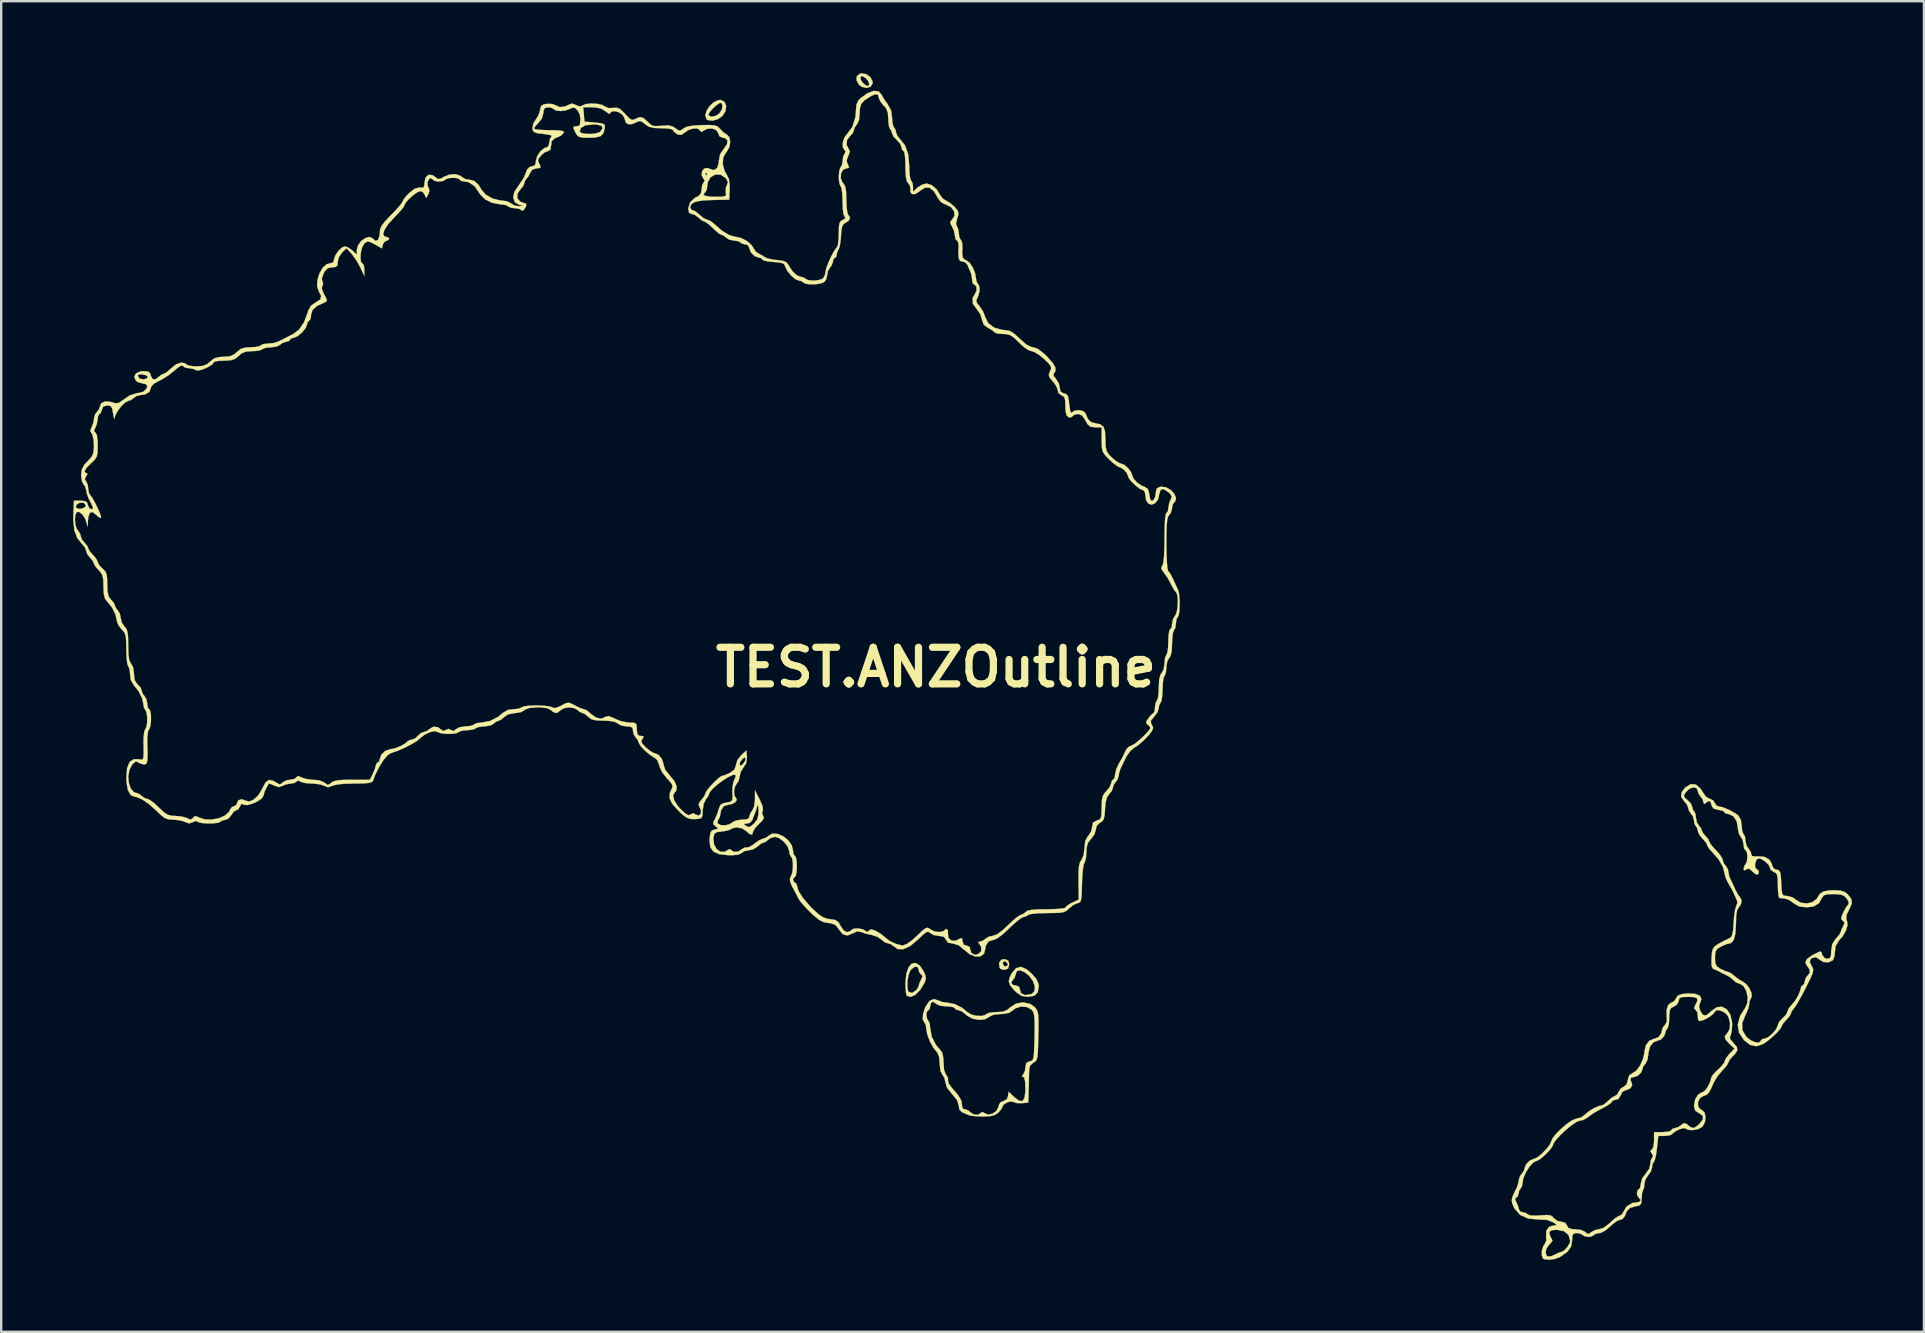
<source format=kicad_pcb>
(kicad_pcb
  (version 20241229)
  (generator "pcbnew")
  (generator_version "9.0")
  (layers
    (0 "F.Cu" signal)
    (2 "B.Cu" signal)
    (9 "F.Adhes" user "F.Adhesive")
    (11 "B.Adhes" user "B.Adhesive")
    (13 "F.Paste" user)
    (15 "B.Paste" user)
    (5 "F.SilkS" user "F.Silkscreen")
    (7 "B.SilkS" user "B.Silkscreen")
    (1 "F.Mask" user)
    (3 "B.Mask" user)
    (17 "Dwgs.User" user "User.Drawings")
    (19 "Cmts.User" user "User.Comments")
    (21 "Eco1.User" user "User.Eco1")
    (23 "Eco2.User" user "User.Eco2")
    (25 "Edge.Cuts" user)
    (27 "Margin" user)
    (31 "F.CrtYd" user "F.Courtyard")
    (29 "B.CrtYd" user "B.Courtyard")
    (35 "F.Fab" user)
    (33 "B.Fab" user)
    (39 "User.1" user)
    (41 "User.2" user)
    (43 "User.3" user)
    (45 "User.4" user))
  (footprint "TEST.ANZOutline"
    (layer "F.Cu")
    (at 35.948 24.757)
    (property "Reference" "TEST.ANZOutline" (at 0 0 0) (layer "F.SilkS") (effects (font (size 1.524 1.524) (thickness 0.3))))
    (attr through_hole)
    (fp_poly (pts (xy 3.019 12.227) (xy 3.056 12.383) (xy 3.012 12.546) (xy 2.877 12.606) (xy 2.71 12.578) (xy 2.65 12.507) (xy 2.635 12.336) (xy 2.778 12.336) (xy 2.842 12.446) (xy 2.904 12.462) (xy 2.996 12.416) (xy 2.998 12.368) (xy 2.919 12.263) (xy 2.824 12.249) (xy 2.778 12.336) (xy 2.635 12.336) (xy 2.633 12.311) (xy 2.728 12.182) (xy 2.877 12.159) (xy 3.019 12.227)) (stroke (width 0.01) (type solid)) (fill yes) (layer "F.SilkS"))
    (fp_poly (pts (xy -2.9 -24.717) (xy -2.725 -24.586) (xy -2.636 -24.404) (xy -2.636 -24.333) (xy -2.72 -24.194) (xy -2.886 -24.143) (xy -3.077 -24.184) (xy -3.206 -24.279) (xy -3.312 -24.471) (xy -3.296 -24.598) (xy -3.143 -24.598) (xy -3.13 -24.48) (xy -3.051 -24.363) (xy -2.899 -24.232) (xy -2.803 -24.229) (xy -2.778 -24.316) (xy -2.832 -24.447) (xy -2.929 -24.559) (xy -3.068 -24.637) (xy -3.143 -24.598) (xy -3.296 -24.598) (xy -3.291 -24.64) (xy -3.153 -24.742) (xy -3.108 -24.752) (xy -2.9 -24.717)) (stroke (width 0.01) (type solid)) (fill yes) (layer "F.SilkS"))
    (fp_poly (pts (xy -8.801 -23.554) (xy -8.738 -23.381) (xy -8.772 -23.168) (xy -8.898 -22.971) (xy -9.083 -22.843) (xy -9.303 -22.78) (xy -9.493 -22.797) (xy -9.551 -22.834) (xy -9.609 -22.988) (xy -9.601 -23.02) (xy -9.481 -23.02) (xy -9.478 -23.006) (xy -9.357 -22.942) (xy -9.179 -22.977) (xy -9.035 -23.071) (xy -8.915 -23.246) (xy -8.896 -23.43) (xy -8.944 -23.523) (xy -9.027 -23.508) (xy -9.164 -23.409) (xy -9.314 -23.267) (xy -9.434 -23.124) (xy -9.481 -23.02) (xy -9.601 -23.02) (xy -9.559 -23.185) (xy -9.431 -23.386) (xy -9.254 -23.549) (xy -9.057 -23.638) (xy -8.958 -23.641) (xy -8.801 -23.554)) (stroke (width 0.01) (type solid)) (fill yes) (layer "F.SilkS"))
    (fp_poly (pts (xy 3.768 12.574) (xy 3.978 12.749) (xy 4.185 12.985) (xy 4.276 13.192) (xy 4.286 13.296) (xy 4.243 13.547) (xy 4.1 13.686) (xy 3.838 13.731) (xy 3.814 13.731) (xy 3.581 13.693) (xy 3.37 13.557) (xy 3.274 13.465) (xy 3.096 13.256) (xy 3.054 13.14) (xy 3.136 13.14) (xy 3.199 13.23) (xy 3.338 13.256) (xy 3.469 13.315) (xy 3.493 13.401) (xy 3.551 13.583) (xy 3.715 13.658) (xy 3.967 13.617) (xy 4.002 13.604) (xy 4.111 13.49) (xy 4.123 13.298) (xy 4.045 13.071) (xy 3.892 12.861) (xy 3.686 12.696) (xy 3.504 12.625) (xy 3.376 12.654) (xy 3.334 12.77) (xy 3.276 12.945) (xy 3.216 13.017) (xy 3.136 13.14) (xy 3.054 13.14) (xy 3.035 13.085) (xy 3.083 12.896) (xy 3.167 12.74) (xy 3.339 12.535) (xy 3.536 12.48) (xy 3.768 12.574)) (stroke (width 0.01) (type solid)) (fill yes) (layer "F.SilkS"))
    (fp_poly (pts (xy -0.667 12.433) (xy -0.526 12.64) (xy -0.431 12.846) (xy -0.417 12.991) (xy -0.475 13.149) (xy -0.479 13.156) (xy -0.663 13.453) (xy -0.862 13.651) (xy -1.05 13.735) (xy -1.207 13.688) (xy -1.217 13.679) (xy -1.245 13.577) (xy -1.263 13.366) (xy -1.265 13.292) (xy -1.191 13.292) (xy -1.164 13.474) (xy -1.138 13.52) (xy -0.997 13.567) (xy -0.828 13.46) (xy -0.733 13.326) (xy -0.714 13.26) (xy -0.677 13.129) (xy -0.615 13.006) (xy -0.556 12.871) (xy -0.599 12.808) (xy -0.615 12.802) (xy -0.698 12.703) (xy -0.714 12.614) (xy -0.761 12.488) (xy -0.876 12.476) (xy -1.017 12.576) (xy -1.067 12.638) (xy -1.138 12.811) (xy -1.181 13.05) (xy -1.191 13.292) (xy -1.265 13.292) (xy -1.268 13.143) (xy -1.233 12.766) (xy -1.139 12.496) (xy -1.004 12.343) (xy -0.841 12.319) (xy -0.667 12.433)) (stroke (width 0.01) (type solid)) (fill yes) (layer "F.SilkS"))
    (fp_poly (pts (xy 0.089 13.878) (xy 0.279 13.948) (xy 0.463 13.97) (xy 0.783 14.032) (xy 1.105 14.194) (xy 1.309 14.366) (xy 1.468 14.465) (xy 1.689 14.52) (xy 1.912 14.527) (xy 2.073 14.478) (xy 2.103 14.446) (xy 2.206 14.399) (xy 2.409 14.371) (xy 2.531 14.367) (xy 2.802 14.346) (xy 2.986 14.267) (xy 3.096 14.168) (xy 3.343 14.009) (xy 3.64 13.961) (xy 3.93 14.025) (xy 4.116 14.156) (xy 4.188 14.243) (xy 4.236 14.342) (xy 4.264 14.483) (xy 4.276 14.698) (xy 4.276 15.016) (xy 4.269 15.367) (xy 4.258 15.787) (xy 4.245 16.077) (xy 4.223 16.263) (xy 4.188 16.372) (xy 4.136 16.433) (xy 4.068 16.469) (xy 3.924 16.597) (xy 3.885 16.787) (xy 3.88 16.99) (xy 3.873 17.285) (xy 3.865 17.582) (xy 3.85 18.137) (xy 3.582 18.163) (xy 3.378 18.16) (xy 3.244 18.118) (xy 3.239 18.113) (xy 3.119 18.088) (xy 2.953 18.136) (xy 2.817 18.226) (xy 2.779 18.302) (xy 2.725 18.412) (xy 2.6 18.554) (xy 2.451 18.655) (xy 2.251 18.706) (xy 1.947 18.719) (xy 1.945 18.719) (xy 1.668 18.708) (xy 1.446 18.68) (xy 1.349 18.652) (xy 1.165 18.568) (xy 1.091 18.542) (xy 0.978 18.429) (xy 0.953 18.274) (xy 0.882 18.035) (xy 0.675 17.78) (xy 0.464 17.519) (xy 0.397 17.298) (xy 0.355 17.101) (xy 0.278 16.986) (xy 0.193 16.826) (xy 0.159 16.544) (xy 0.159 16.51) (xy 0.133 16.232) (xy 0.063 16.057) (xy 0.045 16.038) (xy -0.106 15.853) (xy -0.252 15.582) (xy -0.36 15.296) (xy -0.397 15.083) (xy -0.422 14.901) (xy -0.476 14.803) (xy -0.546 14.675) (xy -0.539 14.481) (xy -0.397 14.481) (xy -0.368 14.649) (xy -0.318 14.724) (xy -0.263 14.83) (xy -0.238 15.021) (xy -0.238 15.034) (xy -0.171 15.397) (xy 0.008 15.743) (xy 0.158 15.914) (xy 0.263 16.058) (xy 0.31 16.276) (xy 0.318 16.473) (xy 0.342 16.779) (xy 0.413 16.963) (xy 0.432 16.982) (xy 0.507 17.118) (xy 0.501 17.196) (xy 0.527 17.327) (xy 0.663 17.522) (xy 0.754 17.621) (xy 0.928 17.829) (xy 1.045 18.025) (xy 1.072 18.112) (xy 1.096 18.309) (xy 1.128 18.394) (xy 1.191 18.415) (xy 1.221 18.415) (xy 1.36 18.471) (xy 1.429 18.534) (xy 1.583 18.634) (xy 1.757 18.642) (xy 1.87 18.567) (xy 1.949 18.523) (xy 2.009 18.567) (xy 2.175 18.638) (xy 2.366 18.598) (xy 2.531 18.473) (xy 2.616 18.292) (xy 2.619 18.249) (xy 2.689 18.123) (xy 2.798 18.083) (xy 2.957 17.994) (xy 3.003 17.871) (xy 3.03 17.684) (xy 3.256 17.901) (xy 3.459 18.058) (xy 3.602 18.075) (xy 3.69 17.949) (xy 3.728 17.675) (xy 3.731 17.544) (xy 3.715 17.236) (xy 3.669 17.084) (xy 3.635 17.066) (xy 3.58 17.042) (xy 3.635 16.97) (xy 3.707 16.823) (xy 3.731 16.658) (xy 3.766 16.487) (xy 3.894 16.419) (xy 3.909 16.416) (xy 3.984 16.399) (xy 4.035 16.353) (xy 4.068 16.252) (xy 4.088 16.07) (xy 4.101 15.78) (xy 4.11 15.408) (xy 4.117 14.982) (xy 4.112 14.685) (xy 4.092 14.488) (xy 4.055 14.362) (xy 3.999 14.277) (xy 3.794 14.156) (xy 3.537 14.136) (xy 3.299 14.217) (xy 3.215 14.287) (xy 3.051 14.399) (xy 2.8 14.444) (xy 2.696 14.446) (xy 2.406 14.475) (xy 2.232 14.555) (xy 2.223 14.565) (xy 2.046 14.667) (xy 1.795 14.691) (xy 1.528 14.64) (xy 1.306 14.52) (xy 1.27 14.486) (xy 1.102 14.349) (xy 0.947 14.288) (xy 0.939 14.287) (xy 0.817 14.251) (xy 0.794 14.208) (xy 0.723 14.16) (xy 0.544 14.132) (xy 0.446 14.129) (xy 0.18 14.1) (xy 0.011 14.022) (xy 0.001 14.011) (xy -0.123 13.931) (xy -0.212 13.994) (xy -0.238 14.133) (xy -0.272 14.26) (xy -0.318 14.287) (xy -0.378 14.355) (xy -0.397 14.481) (xy -0.539 14.481) (xy -0.538 14.455) (xy -0.454 14.191) (xy -0.428 14.135) (xy -0.266 13.9) (xy -0.089 13.821) (xy 0.089 13.878)) (stroke (width 0.01) (type solid)) (fill yes) (layer "F.SilkS"))
    (fp_poly (pts (xy 31.669 4.882) (xy 31.862 5.053) (xy 31.939 5.179) (xy 32.089 5.393) (xy 32.238 5.476) (xy 32.248 5.477) (xy 32.391 5.545) (xy 32.441 5.636) (xy 32.533 5.765) (xy 32.62 5.794) (xy 32.806 5.836) (xy 33.055 5.94) (xy 33.301 6.076) (xy 33.437 6.175) (xy 33.545 6.362) (xy 33.576 6.596) (xy 33.595 6.803) (xy 33.642 6.933) (xy 33.655 6.945) (xy 33.713 7.053) (xy 33.734 7.218) (xy 33.774 7.418) (xy 33.853 7.541) (xy 33.955 7.689) (xy 33.972 7.773) (xy 34.006 7.86) (xy 34.131 7.883) (xy 34.254 7.873) (xy 34.523 7.896) (xy 34.732 8.014) (xy 34.84 8.2) (xy 34.846 8.262) (xy 34.915 8.388) (xy 35.024 8.428) (xy 35.12 8.456) (xy 35.177 8.532) (xy 35.208 8.69) (xy 35.225 8.969) (xy 35.226 8.989) (xy 35.242 9.273) (xy 35.267 9.433) (xy 35.319 9.505) (xy 35.413 9.524) (xy 35.472 9.525) (xy 35.695 9.583) (xy 35.841 9.688) (xy 36.04 9.809) (xy 36.29 9.839) (xy 36.531 9.783) (xy 36.703 9.646) (xy 36.722 9.613) (xy 36.838 9.435) (xy 36.993 9.335) (xy 37.232 9.294) (xy 37.431 9.288) (xy 37.709 9.305) (xy 37.891 9.372) (xy 38.007 9.471) (xy 38.148 9.66) (xy 38.166 9.833) (xy 38.1 10.002) (xy 38.001 10.2) (xy 37.953 10.299) (xy 37.934 10.491) (xy 37.966 10.568) (xy 37.989 10.735) (xy 37.922 10.965) (xy 37.785 11.207) (xy 37.627 11.387) (xy 37.491 11.616) (xy 37.465 11.823) (xy 37.44 12.042) (xy 37.38 12.196) (xy 37.37 12.208) (xy 37.187 12.294) (xy 36.973 12.277) (xy 36.83 12.184) (xy 36.666 12.073) (xy 36.496 12.119) (xy 36.454 12.155) (xy 36.411 12.265) (xy 36.484 12.427) (xy 36.489 12.437) (xy 36.541 12.53) (xy 36.557 12.625) (xy 36.528 12.755) (xy 36.446 12.951) (xy 36.302 13.245) (xy 36.235 13.378) (xy 36.068 13.697) (xy 35.915 13.968) (xy 35.798 14.154) (xy 35.747 14.217) (xy 35.653 14.344) (xy 35.639 14.402) (xy 35.586 14.518) (xy 35.456 14.67) (xy 35.441 14.684) (xy 35.306 14.835) (xy 35.243 14.952) (xy 35.242 14.96) (xy 35.185 15.064) (xy 35.04 15.228) (xy 34.844 15.413) (xy 34.637 15.584) (xy 34.47 15.696) (xy 34.189 15.789) (xy 33.926 15.733) (xy 33.671 15.534) (xy 33.464 15.224) (xy 33.412 14.883) (xy 33.513 14.519) (xy 33.717 14.2) (xy 33.81 13.989) (xy 33.823 13.735) (xy 33.768 13.485) (xy 33.656 13.285) (xy 33.5 13.181) (xy 33.454 13.176) (xy 33.328 13.121) (xy 33.251 13.049) (xy 33.089 12.91) (xy 32.984 12.851) (xy 32.794 12.758) (xy 32.703 12.706) (xy 32.519 12.616) (xy 32.441 12.588) (xy 32.358 12.536) (xy 32.32 12.419) (xy 32.317 12.199) (xy 32.321 12.101) (xy 32.336 11.893) (xy 32.37 11.745) (xy 32.45 11.631) (xy 32.602 11.523) (xy 32.853 11.392) (xy 33.099 11.272) (xy 33.17 11.184) (xy 33.215 10.986) (xy 33.241 10.655) (xy 33.242 10.631) (xy 33.265 10.331) (xy 33.303 10.087) (xy 33.349 9.948) (xy 33.353 9.943) (xy 33.4 9.795) (xy 33.357 9.661) (xy 33.27 9.472) (xy 33.225 9.366) (xy 33.151 9.22) (xy 33.035 9.024) (xy 33.025 9.009) (xy 32.919 8.799) (xy 32.868 8.614) (xy 32.867 8.605) (xy 32.794 8.316) (xy 32.612 8) (xy 32.388 7.742) (xy 32.238 7.578) (xy 32.153 7.447) (xy 32.147 7.421) (xy 32.094 7.309) (xy 31.964 7.158) (xy 31.948 7.144) (xy 31.812 6.977) (xy 31.75 6.825) (xy 31.75 6.817) (xy 31.71 6.671) (xy 31.671 6.628) (xy 31.608 6.518) (xy 31.591 6.395) (xy 31.543 6.206) (xy 31.472 6.112) (xy 31.371 5.962) (xy 31.353 5.876) (xy 31.298 5.723) (xy 31.194 5.596) (xy 31.056 5.402) (xy 31.062 5.33) (xy 31.171 5.33) (xy 31.191 5.421) (xy 31.316 5.527) (xy 31.456 5.672) (xy 31.512 5.809) (xy 31.553 5.953) (xy 31.591 5.993) (xy 31.649 6.101) (xy 31.671 6.266) (xy 31.711 6.466) (xy 31.79 6.588) (xy 31.89 6.717) (xy 31.909 6.784) (xy 31.963 6.906) (xy 32.068 7.025) (xy 32.186 7.163) (xy 32.226 7.26) (xy 32.279 7.364) (xy 32.414 7.528) (xy 32.504 7.62) (xy 32.668 7.805) (xy 32.768 7.967) (xy 32.782 8.023) (xy 32.839 8.184) (xy 32.901 8.255) (xy 33.003 8.412) (xy 33.02 8.504) (xy 33.057 8.706) (xy 33.093 8.792) (xy 33.171 8.954) (xy 33.273 9.178) (xy 33.293 9.224) (xy 33.393 9.423) (xy 33.481 9.551) (xy 33.498 9.566) (xy 33.57 9.69) (xy 33.551 9.862) (xy 33.457 10.001) (xy 33.388 10.116) (xy 33.349 10.334) (xy 33.338 10.683) (xy 33.337 10.691) (xy 33.315 11.098) (xy 33.245 11.362) (xy 33.125 11.492) (xy 33.038 11.509) (xy 32.923 11.542) (xy 32.739 11.622) (xy 32.715 11.634) (xy 32.555 11.733) (xy 32.483 11.857) (xy 32.465 12.068) (xy 32.464 12.105) (xy 32.478 12.332) (xy 32.542 12.463) (xy 32.688 12.562) (xy 32.715 12.575) (xy 32.902 12.659) (xy 33.028 12.699) (xy 33.036 12.7) (xy 33.138 12.75) (xy 33.281 12.866) (xy 33.469 13.012) (xy 33.627 13.099) (xy 33.776 13.209) (xy 33.905 13.386) (xy 33.987 13.577) (xy 33.994 13.728) (xy 33.974 13.762) (xy 33.909 13.901) (xy 33.893 14.023) (xy 33.855 14.209) (xy 33.76 14.438) (xy 33.734 14.486) (xy 33.598 14.826) (xy 33.606 15.118) (xy 33.76 15.383) (xy 33.789 15.414) (xy 33.96 15.546) (xy 34.144 15.624) (xy 34.295 15.637) (xy 34.368 15.574) (xy 34.369 15.557) (xy 34.435 15.491) (xy 34.513 15.478) (xy 34.671 15.417) (xy 34.852 15.27) (xy 35.007 15.087) (xy 35.082 14.922) (xy 35.084 14.904) (xy 35.142 14.767) (xy 35.282 14.62) (xy 35.282 14.619) (xy 35.422 14.476) (xy 35.481 14.349) (xy 35.481 14.348) (xy 35.535 14.212) (xy 35.64 14.089) (xy 35.797 13.902) (xy 35.937 13.665) (xy 36.024 13.444) (xy 36.036 13.362) (xy 36.083 13.265) (xy 36.116 13.256) (xy 36.181 13.19) (xy 36.195 13.107) (xy 36.253 12.931) (xy 36.314 12.859) (xy 36.422 12.715) (xy 36.387 12.559) (xy 36.303 12.45) (xy 36.23 12.301) (xy 36.295 12.157) (xy 36.506 12.004) (xy 36.612 11.948) (xy 36.792 11.86) (xy 36.875 11.842) (xy 36.911 11.901) (xy 36.932 11.986) (xy 37.039 12.12) (xy 37.14 12.144) (xy 37.248 12.12) (xy 37.296 12.02) (xy 37.306 11.823) (xy 37.348 11.537) (xy 37.491 11.318) (xy 37.505 11.304) (xy 37.638 11.151) (xy 37.702 11.038) (xy 37.703 11.028) (xy 37.742 10.906) (xy 37.802 10.792) (xy 37.861 10.656) (xy 37.807 10.573) (xy 37.79 10.562) (xy 37.727 10.494) (xy 37.739 10.381) (xy 37.812 10.21) (xy 37.916 10.017) (xy 38.007 9.893) (xy 38.023 9.881) (xy 38.039 9.789) (xy 37.961 9.642) (xy 37.848 9.525) (xy 37.695 9.467) (xy 37.446 9.449) (xy 37.403 9.448) (xy 37.141 9.459) (xy 36.997 9.502) (xy 36.935 9.585) (xy 36.793 9.835) (xy 36.572 9.967) (xy 36.287 10.001) (xy 35.983 9.966) (xy 35.767 9.849) (xy 35.744 9.829) (xy 35.556 9.699) (xy 35.382 9.637) (xy 35.215 9.619) (xy 35.143 9.611) (xy 35.113 9.535) (xy 35.091 9.343) (xy 35.084 9.094) (xy 35.077 8.81) (xy 35.05 8.647) (xy 34.992 8.564) (xy 34.925 8.533) (xy 34.796 8.451) (xy 34.766 8.383) (xy 34.707 8.243) (xy 34.565 8.096) (xy 34.397 7.988) (xy 34.259 7.963) (xy 34.254 7.965) (xy 34.173 8.055) (xy 34.134 8.205) (xy 34.143 8.347) (xy 34.207 8.414) (xy 34.211 8.414) (xy 34.281 8.478) (xy 34.29 8.533) (xy 34.251 8.64) (xy 34.143 8.613) (xy 34.012 8.493) (xy 33.882 8.389) (xy 33.773 8.415) (xy 33.762 8.424) (xy 33.675 8.466) (xy 33.655 8.388) (xy 33.7 8.249) (xy 33.734 8.215) (xy 33.788 8.11) (xy 33.813 7.917) (xy 33.814 7.893) (xy 33.793 7.711) (xy 33.744 7.622) (xy 33.734 7.62) (xy 33.678 7.551) (xy 33.655 7.392) (xy 33.616 7.19) (xy 33.536 7.064) (xy 33.455 6.922) (xy 33.417 6.708) (xy 33.417 6.684) (xy 33.365 6.408) (xy 33.23 6.205) (xy 33.039 6.114) (xy 33.008 6.112) (xy 32.886 6.078) (xy 32.861 6.038) (xy 32.792 5.98) (xy 32.622 5.94) (xy 32.603 5.938) (xy 32.41 5.891) (xy 32.328 5.778) (xy 32.32 5.735) (xy 32.268 5.582) (xy 32.171 5.58) (xy 32.083 5.652) (xy 32.006 5.7) (xy 31.988 5.622) (xy 31.931 5.468) (xy 31.869 5.397) (xy 31.767 5.241) (xy 31.75 5.15) (xy 31.695 5.031) (xy 31.56 5.004) (xy 31.395 5.064) (xy 31.257 5.193) (xy 31.171 5.33) (xy 31.062 5.33) (xy 31.073 5.204) (xy 31.226 5.008) (xy 31.455 4.866) (xy 31.669 4.882)) (stroke (width 0.01) (type solid)) (fill yes) (layer "F.SilkS"))
    (fp_poly (pts (xy 31.637 13.604) (xy 31.834 13.684) (xy 31.9 13.821) (xy 31.848 13.969) (xy 31.799 14.133) (xy 31.853 14.319) (xy 31.96 14.483) (xy 32.082 14.506) (xy 32.245 14.389) (xy 32.306 14.327) (xy 32.536 14.164) (xy 32.761 14.143) (xy 32.958 14.251) (xy 33.103 14.472) (xy 33.175 14.791) (xy 33.179 14.892) (xy 33.164 15.138) (xy 33.125 15.319) (xy 33.098 15.368) (xy 33.088 15.476) (xy 33.217 15.636) (xy 33.375 15.817) (xy 33.397 15.966) (xy 33.281 16.131) (xy 33.218 16.192) (xy 33.083 16.344) (xy 33.021 16.462) (xy 33.02 16.469) (xy 32.967 16.576) (xy 32.834 16.735) (xy 32.776 16.793) (xy 32.585 17.018) (xy 32.43 17.267) (xy 32.413 17.304) (xy 32.292 17.573) (xy 32.202 17.731) (xy 32.116 17.813) (xy 32.005 17.855) (xy 31.981 17.861) (xy 31.832 17.956) (xy 31.757 18.12) (xy 31.762 18.293) (xy 31.856 18.417) (xy 31.904 18.437) (xy 32.024 18.539) (xy 32.072 18.727) (xy 32.048 18.942) (xy 31.95 19.129) (xy 31.922 19.157) (xy 31.758 19.243) (xy 31.544 19.284) (xy 31.348 19.275) (xy 31.238 19.215) (xy 31.148 19.2) (xy 30.987 19.249) (xy 30.814 19.335) (xy 30.689 19.433) (xy 30.675 19.452) (xy 30.572 19.503) (xy 30.382 19.526) (xy 30.365 19.526) (xy 30.102 19.526) (xy 30.046 20.041) (xy 30.008 20.312) (xy 29.96 20.515) (xy 29.918 20.602) (xy 29.86 20.708) (xy 29.845 20.828) (xy 29.788 21.019) (xy 29.686 21.153) (xy 29.564 21.342) (xy 29.527 21.51) (xy 29.507 21.69) (xy 29.468 21.782) (xy 29.429 21.895) (xy 29.409 22.094) (xy 29.408 22.133) (xy 29.395 22.328) (xy 29.324 22.419) (xy 29.152 22.461) (xy 29.139 22.463) (xy 28.923 22.526) (xy 28.788 22.665) (xy 28.702 22.88) (xy 28.597 22.998) (xy 28.514 23.019) (xy 28.375 23.073) (xy 28.19 23.21) (xy 28.099 23.297) (xy 27.9 23.465) (xy 27.714 23.563) (xy 27.651 23.574) (xy 27.489 23.606) (xy 27.424 23.654) (xy 27.314 23.716) (xy 27.186 23.733) (xy 27.02 23.703) (xy 26.948 23.654) (xy 26.838 23.592) (xy 26.705 23.574) (xy 26.578 23.594) (xy 26.523 23.681) (xy 26.511 23.878) (xy 26.47 24.131) (xy 26.329 24.339) (xy 26.063 24.536) (xy 25.977 24.586) (xy 25.778 24.656) (xy 25.549 24.684) (xy 25.359 24.666) (xy 25.294 24.633) (xy 25.244 24.492) (xy 25.249 24.386) (xy 25.403 24.386) (xy 25.453 24.522) (xy 25.499 24.551) (xy 25.636 24.54) (xy 25.774 24.478) (xy 25.942 24.394) (xy 26.043 24.368) (xy 26.173 24.305) (xy 26.313 24.157) (xy 26.413 23.985) (xy 26.432 23.897) (xy 26.363 23.655) (xy 26.171 23.495) (xy 25.881 23.437) (xy 25.879 23.437) (xy 25.664 23.454) (xy 25.571 23.512) (xy 25.559 23.569) (xy 25.612 23.742) (xy 25.652 23.795) (xy 25.692 23.89) (xy 25.607 24.008) (xy 25.573 24.038) (xy 25.445 24.207) (xy 25.403 24.386) (xy 25.249 24.386) (xy 25.253 24.289) (xy 25.313 24.108) (xy 25.357 24.053) (xy 25.437 23.886) (xy 25.426 23.726) (xy 25.434 23.477) (xy 25.554 23.311) (xy 25.745 23.257) (xy 25.853 23.25) (xy 25.839 23.21) (xy 25.722 23.124) (xy 25.464 23.025) (xy 25.129 23.009) (xy 24.687 22.971) (xy 24.344 22.816) (xy 24.108 22.547) (xy 24.08 22.493) (xy 24.014 22.336) (xy 23.994 22.205) (xy 24.008 22.145) (xy 24.13 22.145) (xy 24.174 22.266) (xy 24.19 22.293) (xy 24.268 22.473) (xy 24.289 22.581) (xy 24.355 22.679) (xy 24.443 22.701) (xy 24.598 22.743) (xy 24.652 22.791) (xy 24.772 22.841) (xy 25.033 22.848) (xy 25.177 22.838) (xy 25.449 22.82) (xy 25.61 22.837) (xy 25.703 22.896) (xy 25.74 22.947) (xy 25.895 23.067) (xy 26.045 23.098) (xy 26.231 23.149) (xy 26.296 23.257) (xy 26.361 23.364) (xy 26.51 23.41) (xy 26.653 23.416) (xy 26.9 23.447) (xy 27.062 23.529) (xy 27.069 23.537) (xy 27.161 23.616) (xy 27.256 23.577) (xy 27.303 23.537) (xy 27.488 23.44) (xy 27.633 23.416) (xy 27.831 23.351) (xy 28.062 23.174) (xy 28.099 23.138) (xy 28.277 22.975) (xy 28.426 22.875) (xy 28.474 22.86) (xy 28.587 22.795) (xy 28.629 22.721) (xy 28.787 22.46) (xy 29.017 22.321) (xy 29.143 22.304) (xy 29.316 22.273) (xy 29.369 22.196) (xy 29.289 22.106) (xy 29.223 21.994) (xy 29.21 21.903) (xy 29.244 21.776) (xy 29.289 21.749) (xy 29.346 21.68) (xy 29.369 21.524) (xy 29.438 21.28) (xy 29.567 21.114) (xy 29.722 20.894) (xy 29.766 20.708) (xy 29.793 20.529) (xy 29.849 20.437) (xy 29.881 20.344) (xy 29.829 20.26) (xy 29.767 20.153) (xy 29.825 20.102) (xy 29.891 20.004) (xy 29.923 19.789) (xy 29.924 19.718) (xy 29.924 19.367) (xy 30.282 19.367) (xy 30.495 19.352) (xy 30.622 19.312) (xy 30.639 19.288) (xy 30.704 19.22) (xy 30.771 19.209) (xy 30.932 19.158) (xy 31.049 19.077) (xy 31.17 18.99) (xy 31.269 19.017) (xy 31.34 19.077) (xy 31.489 19.186) (xy 31.615 19.183) (xy 31.776 19.063) (xy 31.804 19.036) (xy 31.959 18.844) (xy 31.961 18.694) (xy 31.813 18.583) (xy 31.79 18.574) (xy 31.643 18.477) (xy 31.593 18.303) (xy 31.591 18.245) (xy 31.638 18.006) (xy 31.757 17.809) (xy 31.913 17.706) (xy 31.955 17.701) (xy 32.05 17.635) (xy 32.163 17.478) (xy 32.259 17.286) (xy 32.305 17.117) (xy 32.306 17.103) (xy 32.362 16.997) (xy 32.503 16.842) (xy 32.583 16.769) (xy 32.751 16.605) (xy 32.85 16.466) (xy 32.861 16.426) (xy 32.913 16.303) (xy 33.039 16.136) (xy 33.069 16.103) (xy 33.278 15.886) (xy 33.069 15.693) (xy 32.906 15.513) (xy 32.873 15.379) (xy 32.964 15.254) (xy 32.98 15.24) (xy 33.076 15.07) (xy 33.092 14.831) (xy 33.031 14.587) (xy 32.951 14.458) (xy 32.811 14.352) (xy 32.646 14.292) (xy 32.511 14.29) (xy 32.462 14.347) (xy 32.395 14.442) (xy 32.237 14.563) (xy 32.041 14.673) (xy 31.929 14.718) (xy 31.803 14.738) (xy 31.756 14.662) (xy 31.75 14.538) (xy 31.72 14.358) (xy 31.651 14.265) (xy 31.592 14.209) (xy 31.635 14.088) (xy 31.651 14.061) (xy 31.734 13.884) (xy 31.71 13.783) (xy 31.56 13.739) (xy 31.353 13.732) (xy 31.115 13.74) (xy 30.997 13.775) (xy 30.958 13.854) (xy 30.956 13.893) (xy 30.884 14.051) (xy 30.758 14.129) (xy 30.638 14.194) (xy 30.579 14.303) (xy 30.56 14.504) (xy 30.559 14.598) (xy 30.545 14.836) (xy 30.507 15.001) (xy 30.48 15.042) (xy 30.408 15.156) (xy 30.401 15.211) (xy 30.34 15.376) (xy 30.2 15.514) (xy 30.075 15.557) (xy 29.892 15.629) (xy 29.752 15.815) (xy 29.688 16.072) (xy 29.686 16.116) (xy 29.655 16.342) (xy 29.578 16.5) (xy 29.567 16.51) (xy 29.466 16.648) (xy 29.448 16.724) (xy 29.383 16.891) (xy 29.235 17.027) (xy 29.11 17.066) (xy 28.961 17.108) (xy 28.944 17.216) (xy 28.982 17.277) (xy 29.015 17.415) (xy 28.934 17.546) (xy 28.775 17.618) (xy 28.733 17.621) (xy 28.603 17.692) (xy 28.542 17.82) (xy 28.445 17.984) (xy 28.335 18.018) (xy 28.207 18.048) (xy 28.178 18.088) (xy 28.114 18.168) (xy 27.958 18.272) (xy 27.92 18.293) (xy 27.599 18.464) (xy 27.382 18.591) (xy 27.229 18.701) (xy 27.16 18.759) (xy 26.968 18.865) (xy 26.825 18.891) (xy 26.688 18.945) (xy 26.486 19.083) (xy 26.253 19.274) (xy 26.027 19.486) (xy 25.841 19.686) (xy 25.732 19.842) (xy 25.718 19.893) (xy 25.662 20.007) (xy 25.524 20.174) (xy 25.348 20.351) (xy 25.177 20.493) (xy 25.056 20.558) (xy 25.049 20.558) (xy 24.903 20.626) (xy 24.74 20.799) (xy 24.589 21.031) (xy 24.482 21.277) (xy 24.448 21.465) (xy 24.418 21.634) (xy 24.368 21.709) (xy 24.3 21.821) (xy 24.289 21.906) (xy 24.242 22.047) (xy 24.19 22.089) (xy 24.13 22.145) (xy 24.008 22.145) (xy 24.029 22.053) (xy 24.126 21.835) (xy 24.219 21.651) (xy 24.28 21.452) (xy 24.289 21.363) (xy 24.346 21.186) (xy 24.408 21.114) (xy 24.509 20.964) (xy 24.527 20.878) (xy 24.592 20.708) (xy 24.744 20.554) (xy 24.919 20.479) (xy 24.934 20.479) (xy 25.061 20.421) (xy 25.238 20.278) (xy 25.421 20.093) (xy 25.568 19.909) (xy 25.637 19.77) (xy 25.638 19.758) (xy 25.698 19.619) (xy 25.853 19.426) (xy 26.066 19.215) (xy 26.298 19.02) (xy 26.513 18.874) (xy 26.672 18.812) (xy 26.68 18.812) (xy 26.889 18.754) (xy 27.028 18.653) (xy 27.205 18.503) (xy 27.434 18.364) (xy 27.649 18.273) (xy 27.74 18.256) (xy 27.853 18.203) (xy 28.005 18.073) (xy 28.019 18.058) (xy 28.172 17.923) (xy 28.294 17.86) (xy 28.302 17.859) (xy 28.396 17.793) (xy 28.441 17.695) (xy 28.545 17.542) (xy 28.644 17.488) (xy 28.78 17.382) (xy 28.829 17.2) (xy 28.888 17) (xy 29.029 16.91) (xy 29.03 16.91) (xy 29.19 16.803) (xy 29.344 16.59) (xy 29.465 16.321) (xy 29.525 16.048) (xy 29.527 15.99) (xy 29.584 15.749) (xy 29.727 15.562) (xy 29.916 15.479) (xy 29.935 15.478) (xy 30.113 15.409) (xy 30.227 15.244) (xy 30.242 15.154) (xy 30.299 14.996) (xy 30.369 14.916) (xy 30.456 14.768) (xy 30.451 14.538) (xy 30.447 14.28) (xy 30.511 14.077) (xy 30.627 13.975) (xy 30.662 13.97) (xy 30.766 13.905) (xy 30.838 13.791) (xy 30.917 13.679) (xy 31.059 13.619) (xy 31.31 13.59) (xy 31.32 13.589) (xy 31.637 13.604)) (stroke (width 0.01) (type solid)) (fill yes) (layer "F.SilkS"))
    (fp_poly (pts (xy -2.383 -23.997) (xy -2.252 -23.849) (xy -2.247 -23.834) (xy -2.162 -23.678) (xy -2.025 -23.487) (xy -2.011 -23.469) (xy -1.865 -23.202) (xy -1.826 -22.898) (xy -1.809 -22.676) (xy -1.767 -22.528) (xy -1.746 -22.503) (xy -1.678 -22.39) (xy -1.667 -22.312) (xy -1.611 -22.154) (xy -1.508 -22.026) (xy -1.285 -21.747) (xy -1.156 -21.386) (xy -1.112 -20.913) (xy -1.111 -20.868) (xy -1.1 -20.59) (xy -1.072 -20.379) (xy -1.032 -20.28) (xy -0.972 -20.172) (xy -0.953 -20.024) (xy -0.953 -19.816) (xy -0.769 -19.989) (xy -0.574 -20.113) (xy -0.386 -20.161) (xy -0.175 -20.093) (xy 0.03 -19.92) (xy 0.175 -19.688) (xy 0.185 -19.664) (xy 0.294 -19.526) (xy 0.415 -19.454) (xy 0.594 -19.347) (xy 0.782 -19.184) (xy 0.79 -19.175) (xy 0.916 -19.017) (xy 0.94 -18.881) (xy 0.89 -18.713) (xy 0.839 -18.484) (xy 0.874 -18.383) (xy 0.933 -18.25) (xy 0.953 -18.086) (xy 0.981 -17.908) (xy 1.037 -17.816) (xy 1.092 -17.708) (xy 1.105 -17.519) (xy 1.105 -17.514) (xy 1.096 -17.231) (xy 1.125 -17.068) (xy 1.202 -16.987) (xy 1.259 -16.966) (xy 1.4 -16.863) (xy 1.536 -16.661) (xy 1.635 -16.419) (xy 1.667 -16.225) (xy 1.698 -16.061) (xy 1.746 -15.994) (xy 1.813 -15.872) (xy 1.817 -15.673) (xy 1.762 -15.463) (xy 1.729 -15.401) (xy 1.68 -15.274) (xy 1.731 -15.151) (xy 1.818 -15.05) (xy 1.967 -14.828) (xy 2.055 -14.596) (xy 2.183 -14.34) (xy 2.43 -14.154) (xy 2.761 -14.062) (xy 2.861 -14.055) (xy 3.054 -14.025) (xy 3.236 -13.926) (xy 3.456 -13.729) (xy 3.493 -13.692) (xy 3.775 -13.445) (xy 3.999 -13.34) (xy 4.048 -13.335) (xy 4.246 -13.272) (xy 4.501 -13.076) (xy 4.627 -12.955) (xy 4.863 -12.692) (xy 4.979 -12.497) (xy 4.983 -12.347) (xy 4.919 -12.254) (xy 4.901 -12.146) (xy 4.999 -12.027) (xy 5.121 -11.838) (xy 5.159 -11.661) (xy 5.193 -11.489) (xy 5.318 -11.419) (xy 5.338 -11.416) (xy 5.444 -11.38) (xy 5.506 -11.284) (xy 5.543 -11.087) (xy 5.556 -10.954) (xy 5.589 -10.718) (xy 5.63 -10.608) (xy 5.66 -10.616) (xy 5.79 -10.699) (xy 5.978 -10.715) (xy 6.153 -10.668) (xy 6.239 -10.577) (xy 6.34 -10.336) (xy 6.476 -10.213) (xy 6.636 -10.173) (xy 6.853 -10.125) (xy 6.984 -10.021) (xy 7.047 -9.829) (xy 7.064 -9.515) (xy 7.064 -9.491) (xy 7.072 -9.209) (xy 7.11 -9.025) (xy 7.197 -8.881) (xy 7.326 -8.747) (xy 7.509 -8.593) (xy 7.665 -8.503) (xy 7.709 -8.493) (xy 7.858 -8.432) (xy 8.022 -8.286) (xy 8.144 -8.113) (xy 8.176 -8.006) (xy 8.239 -7.854) (xy 8.395 -7.689) (xy 8.586 -7.563) (xy 8.692 -7.528) (xy 8.832 -7.43) (xy 8.874 -7.302) (xy 8.908 -7.102) (xy 8.936 -6.992) (xy 8.999 -6.926) (xy 9.076 -6.98) (xy 9.14 -7.118) (xy 9.164 -7.283) (xy 9.196 -7.446) (xy 9.318 -7.515) (xy 9.394 -7.527) (xy 9.6 -7.498) (xy 9.789 -7.388) (xy 9.933 -7.231) (xy 10.005 -7.062) (xy 9.977 -6.916) (xy 9.922 -6.866) (xy 9.859 -6.756) (xy 9.842 -6.633) (xy 9.794 -6.444) (xy 9.723 -6.35) (xy 9.674 -6.278) (xy 9.639 -6.142) (xy 9.618 -5.918) (xy 9.607 -5.583) (xy 9.604 -5.154) (xy 9.61 -4.734) (xy 9.625 -4.386) (xy 9.647 -4.138) (xy 9.676 -4.016) (xy 9.682 -4.01) (xy 9.76 -3.911) (xy 9.86 -3.726) (xy 9.887 -3.668) (xy 9.988 -3.442) (xy 10.075 -3.26) (xy 10.087 -3.236) (xy 10.13 -3.078) (xy 10.153 -2.838) (xy 10.157 -2.569) (xy 10.143 -2.322) (xy 10.109 -2.149) (xy 10.081 -2.103) (xy 10.023 -1.996) (xy 10.001 -1.826) (xy 9.976 -1.644) (xy 9.922 -1.548) (xy 9.881 -1.448) (xy 9.852 -1.238) (xy 9.842 -0.997) (xy 9.825 -0.659) (xy 9.77 -0.456) (xy 9.723 -0.397) (xy 9.642 -0.251) (xy 9.605 -0.022) (xy 9.604 0.005) (xy 9.585 0.213) (xy 9.538 0.345) (xy 9.525 0.357) (xy 9.484 0.456) (xy 9.455 0.667) (xy 9.446 0.913) (xy 9.434 1.182) (xy 9.404 1.384) (xy 9.366 1.468) (xy 9.303 1.579) (xy 9.287 1.697) (xy 9.231 1.874) (xy 9.096 2.056) (xy 9.087 2.065) (xy 8.956 2.227) (xy 8.968 2.333) (xy 9.041 2.48) (xy 9.049 2.54) (xy 8.992 2.668) (xy 8.845 2.853) (xy 8.647 3.056) (xy 8.435 3.239) (xy 8.246 3.363) (xy 8.098 3.491) (xy 7.95 3.698) (xy 7.912 3.771) (xy 7.801 4) (xy 7.709 4.187) (xy 7.69 4.226) (xy 7.629 4.424) (xy 7.62 4.514) (xy 7.562 4.69) (xy 7.501 4.763) (xy 7.399 4.912) (xy 7.382 4.998) (xy 7.326 5.153) (xy 7.227 5.275) (xy 7.127 5.417) (xy 7.07 5.644) (xy 7.048 5.903) (xy 7.027 6.182) (xy 6.986 6.344) (xy 6.91 6.434) (xy 6.846 6.468) (xy 6.696 6.608) (xy 6.668 6.752) (xy 6.608 6.957) (xy 6.469 7.144) (xy 6.335 7.313) (xy 6.278 7.526) (xy 6.271 7.697) (xy 6.254 7.936) (xy 6.211 8.109) (xy 6.187 8.148) (xy 6.149 8.26) (xy 6.117 8.491) (xy 6.095 8.803) (xy 6.088 9.018) (xy 6.078 9.377) (xy 6.063 9.608) (xy 6.034 9.74) (xy 5.986 9.802) (xy 5.911 9.826) (xy 5.903 9.827) (xy 5.732 9.9) (xy 5.554 10.043) (xy 5.552 10.045) (xy 5.453 10.137) (xy 5.341 10.195) (xy 5.176 10.225) (xy 4.922 10.237) (xy 4.634 10.239) (xy 4.307 10.247) (xy 4.044 10.269) (xy 3.881 10.3) (xy 3.85 10.319) (xy 3.736 10.388) (xy 3.664 10.398) (xy 3.548 10.452) (xy 3.359 10.595) (xy 3.132 10.8) (xy 3.056 10.874) (xy 2.8 11.113) (xy 2.582 11.279) (xy 2.432 11.35) (xy 2.419 11.351) (xy 2.2 11.417) (xy 2.078 11.597) (xy 2.064 11.708) (xy 2.008 11.928) (xy 1.859 12.044) (xy 1.648 12.053) (xy 1.404 11.954) (xy 1.199 11.786) (xy 0.948 11.581) (xy 0.715 11.51) (xy 0.696 11.509) (xy 0.502 11.47) (xy 0.42 11.351) (xy 0.339 11.232) (xy 0.157 11.192) (xy 0.12 11.192) (xy -0.092 11.156) (xy -0.241 11.07) (xy -0.242 11.069) (xy -0.308 11.017) (xy -0.394 11.034) (xy -0.528 11.135) (xy -0.74 11.336) (xy -0.75 11.346) (xy -1.075 11.616) (xy -1.36 11.747) (xy -1.598 11.738) (xy -1.746 11.628) (xy -1.896 11.527) (xy -1.982 11.509) (xy -2.136 11.454) (xy -2.261 11.352) (xy -2.436 11.232) (xy -2.671 11.153) (xy -2.69 11.149) (xy -2.923 11.098) (xy -3.106 11.033) (xy -3.116 11.028) (xy -3.288 11.002) (xy -3.45 11.078) (xy -3.686 11.175) (xy -3.881 11.121) (xy -4.048 10.914) (xy -4.175 10.745) (xy -4.353 10.669) (xy -4.491 10.651) (xy -4.688 10.614) (xy -4.875 10.518) (xy -5.096 10.337) (xy -5.226 10.215) (xy -5.444 9.991) (xy -5.621 9.789) (xy -5.719 9.651) (xy -5.722 9.644) (xy -5.815 9.456) (xy -5.864 9.366) (xy -6.026 9.061) (xy -6.089 8.854) (xy -6.058 8.726) (xy -6.047 8.714) (xy -5.988 8.58) (xy -5.959 8.367) (xy -5.96 8.139) (xy -5.992 7.96) (xy -6.032 7.898) (xy -6.095 7.788) (xy -6.112 7.666) (xy -6.177 7.465) (xy -6.338 7.263) (xy -6.542 7.112) (xy -6.708 7.064) (xy -6.895 7.115) (xy -6.985 7.183) (xy -7.114 7.284) (xy -7.181 7.303) (xy -7.303 7.357) (xy -7.422 7.461) (xy -7.61 7.583) (xy -7.781 7.62) (xy -7.977 7.659) (xy -8.091 7.733) (xy -8.228 7.805) (xy -8.491 7.831) (xy -8.652 7.829) (xy -9.028 7.786) (xy -9.271 7.68) (xy -9.4 7.494) (xy -9.433 7.212) (xy -9.429 7.148) (xy -9.403 6.92) (xy -9.347 6.807) (xy -9.236 6.763) (xy -9.221 6.76) (xy -9.093 6.733) (xy -9.111 6.681) (xy -9.181 6.626) (xy -9.277 6.53) (xy -9.263 6.421) (xy -9.214 6.335) (xy -9.112 6.115) (xy -9.052 5.913) (xy -8.988 5.742) (xy -8.854 5.66) (xy -8.731 5.636) (xy -8.566 5.604) (xy -8.489 5.54) (xy -8.473 5.398) (xy -8.481 5.227) (xy -8.474 4.966) (xy -8.428 4.749) (xy -8.402 4.694) (xy -8.343 4.551) (xy -8.352 4.481) (xy -8.453 4.481) (xy -8.634 4.563) (xy -8.857 4.701) (xy -9.086 4.87) (xy -9.284 5.041) (xy -9.414 5.19) (xy -9.446 5.268) (xy -9.494 5.381) (xy -9.578 5.492) (xy -9.67 5.676) (xy -9.716 5.938) (xy -9.717 5.974) (xy -9.728 6.185) (xy -9.779 6.284) (xy -9.913 6.317) (xy -10.041 6.324) (xy -10.231 6.318) (xy -10.387 6.263) (xy -10.561 6.134) (xy -10.735 5.97) (xy -10.984 5.691) (xy -11.099 5.456) (xy -11.09 5.238) (xy -11.015 5.081) (xy -10.972 4.974) (xy -11.003 4.864) (xy -11.128 4.709) (xy -11.208 4.625) (xy -11.403 4.379) (xy -11.513 4.145) (xy -11.523 4.09) (xy -11.614 3.858) (xy -11.733 3.762) (xy -11.923 3.64) (xy -12.122 3.471) (xy -12.288 3.297) (xy -12.377 3.158) (xy -12.383 3.13) (xy -12.438 3.004) (xy -12.502 2.937) (xy -12.596 2.783) (xy -12.621 2.649) (xy -12.644 2.52) (xy -12.746 2.468) (xy -12.889 2.461) (xy -13.102 2.427) (xy -13.251 2.347) (xy -13.256 2.342) (xy -13.396 2.264) (xy -13.664 2.227) (xy -13.848 2.223) (xy -14.15 2.211) (xy -14.341 2.168) (xy -14.468 2.083) (xy -14.486 2.064) (xy -14.627 1.945) (xy -14.727 1.905) (xy -14.855 1.85) (xy -14.922 1.786) (xy -15.067 1.702) (xy -15.277 1.667) (xy -15.28 1.667) (xy -15.49 1.701) (xy -15.636 1.785) (xy -15.637 1.786) (xy -15.767 1.887) (xy -15.835 1.905) (xy -15.966 1.849) (xy -16.034 1.786) (xy -16.19 1.703) (xy -16.487 1.668) (xy -16.589 1.667) (xy -16.925 1.69) (xy -17.117 1.76) (xy -17.145 1.786) (xy -17.289 1.867) (xy -17.512 1.905) (xy -17.539 1.905) (xy -17.837 1.962) (xy -17.978 2.064) (xy -18.119 2.183) (xy -18.219 2.223) (xy -18.347 2.278) (xy -18.415 2.342) (xy -18.561 2.423) (xy -18.79 2.46) (xy -18.817 2.461) (xy -19.025 2.48) (xy -19.157 2.527) (xy -19.169 2.54) (xy -19.273 2.591) (xy -19.47 2.618) (xy -19.526 2.619) (xy -19.736 2.638) (xy -19.87 2.685) (xy -19.883 2.699) (xy -19.992 2.75) (xy -20.196 2.774) (xy -20.436 2.771) (xy -20.649 2.741) (xy -20.776 2.688) (xy -20.904 2.659) (xy -21.102 2.708) (xy -21.317 2.815) (xy -21.495 2.958) (xy -21.512 2.979) (xy -21.647 3.084) (xy -21.88 3.221) (xy -22.161 3.363) (xy -22.441 3.485) (xy -22.67 3.563) (xy -22.698 3.57) (xy -22.85 3.667) (xy -23.028 3.878) (xy -23.209 4.165) (xy -23.368 4.492) (xy -23.453 4.723) (xy -23.503 4.78) (xy -23.627 4.817) (xy -23.852 4.836) (xy -24.207 4.842) (xy -24.248 4.842) (xy -24.656 4.853) (xy -24.967 4.885) (xy -25.151 4.934) (xy -25.163 4.94) (xy -25.325 4.999) (xy -25.478 4.94) (xy -25.651 4.881) (xy -25.904 4.846) (xy -26.018 4.842) (xy -26.261 4.825) (xy -26.441 4.782) (xy -26.486 4.756) (xy -26.582 4.712) (xy -26.626 4.756) (xy -26.739 4.822) (xy -26.874 4.842) (xy -27.095 4.881) (xy -27.222 4.937) (xy -27.375 4.991) (xy -27.55 4.938) (xy -27.578 4.924) (xy -27.728 4.856) (xy -27.801 4.848) (xy -27.963 5.151) (xy -28.019 5.344) (xy -28.019 5.35) (xy -28.088 5.461) (xy -28.258 5.58) (xy -28.475 5.681) (xy -28.684 5.739) (xy -28.831 5.731) (xy -28.845 5.721) (xy -28.938 5.684) (xy -28.993 5.788) (xy -28.994 5.793) (xy -29.076 5.923) (xy -29.15 5.953) (xy -29.264 6.018) (xy -29.354 6.152) (xy -29.478 6.304) (xy -29.6 6.35) (xy -29.753 6.386) (xy -29.805 6.429) (xy -29.909 6.476) (xy -30.113 6.502) (xy -30.356 6.506) (xy -30.582 6.489) (xy -30.732 6.452) (xy -30.757 6.431) (xy -30.857 6.403) (xy -30.96 6.45) (xy -31.122 6.507) (xy -31.273 6.448) (xy -31.451 6.386) (xy -31.7 6.352) (xy -31.772 6.35) (xy -31.978 6.336) (xy -32.142 6.274) (xy -32.317 6.137) (xy -32.468 5.989) (xy -32.775 5.71) (xy -33.066 5.508) (xy -33.307 5.406) (xy -33.377 5.397) (xy -33.552 5.324) (xy -33.671 5.11) (xy -33.729 4.766) (xy -33.734 4.59) (xy -33.702 4.199) (xy -33.601 3.947) (xy -33.429 3.829) (xy -33.221 3.829) (xy -33.118 3.846) (xy -33.055 3.831) (xy -33.022 3.754) (xy -33.013 3.586) (xy -33.016 3.299) (xy -33.019 3.163) (xy -33.013 2.877) (xy -32.985 2.669) (xy -32.946 2.583) (xy -32.892 2.474) (xy -32.866 2.275) (xy -32.867 2.049) (xy -32.897 1.863) (xy -32.941 1.786) (xy -33.004 1.676) (xy -33.02 1.555) (xy -33.076 1.29) (xy -33.218 1.001) (xy -33.409 0.761) (xy -33.416 0.755) (xy -33.55 0.527) (xy -33.576 0.31) (xy -33.595 0.103) (xy -33.642 -0.028) (xy -33.655 -0.04) (xy -33.692 -0.137) (xy -33.719 -0.352) (xy -33.733 -0.644) (xy -33.734 -0.745) (xy -33.739 -1.076) (xy -33.758 -1.291) (xy -33.803 -1.431) (xy -33.884 -1.539) (xy -33.933 -1.587) (xy -34.07 -1.765) (xy -34.131 -1.939) (xy -34.131 -1.946) (xy -34.186 -2.201) (xy -34.324 -2.484) (xy -34.51 -2.721) (xy -34.528 -2.738) (xy -34.622 -2.86) (xy -34.671 -3.038) (xy -34.687 -3.319) (xy -34.687 -3.372) (xy -34.696 -3.661) (xy -34.736 -3.847) (xy -34.821 -3.982) (xy -34.885 -4.048) (xy -35.02 -4.2) (xy -35.083 -4.32) (xy -35.084 -4.327) (xy -35.138 -4.446) (xy -35.242 -4.564) (xy -35.363 -4.72) (xy -35.401 -4.842) (xy -35.457 -4.993) (xy -35.564 -5.123) (xy -35.775 -5.379) (xy -35.898 -5.701) (xy -35.943 -6.12) (xy -35.942 -6.15) (xy -35.876 -6.15) (xy -35.854 -5.928) (xy -35.792 -5.755) (xy -35.758 -5.715) (xy -35.657 -5.565) (xy -35.639 -5.479) (xy -35.584 -5.326) (xy -35.481 -5.199) (xy -35.362 -5.06) (xy -35.322 -4.962) (xy -35.268 -4.849) (xy -35.138 -4.698) (xy -35.123 -4.683) (xy -34.988 -4.525) (xy -34.925 -4.391) (xy -34.925 -4.383) (xy -34.867 -4.258) (xy -34.728 -4.115) (xy -34.727 -4.113) (xy -34.615 -4.006) (xy -34.555 -3.873) (xy -34.531 -3.666) (xy -34.528 -3.459) (xy -34.517 -3.157) (xy -34.475 -2.965) (xy -34.391 -2.838) (xy -34.369 -2.818) (xy -34.25 -2.677) (xy -34.211 -2.577) (xy -34.155 -2.449) (xy -34.092 -2.381) (xy -34.002 -2.231) (xy -33.972 -2.066) (xy -33.915 -1.848) (xy -33.814 -1.707) (xy -33.733 -1.609) (xy -33.685 -1.472) (xy -33.661 -1.256) (xy -33.655 -0.922) (xy -33.655 -0.91) (xy -33.646 -0.547) (xy -33.615 -0.313) (xy -33.559 -0.183) (xy -33.536 -0.159) (xy -33.453 -0.007) (xy -33.417 0.242) (xy -33.417 0.27) (xy -33.386 0.534) (xy -33.283 0.694) (xy -33.258 0.714) (xy -33.134 0.853) (xy -33.099 0.96) (xy -33.042 1.12) (xy -32.98 1.191) (xy -32.892 1.339) (xy -32.861 1.518) (xy -32.837 1.681) (xy -32.782 1.746) (xy -32.734 1.816) (xy -32.709 1.987) (xy -32.706 2.204) (xy -32.725 2.412) (xy -32.765 2.556) (xy -32.789 2.584) (xy -32.834 2.69) (xy -32.858 2.917) (xy -32.859 3.164) (xy -32.85 3.549) (xy -32.853 3.803) (xy -32.872 3.953) (xy -32.911 4.025) (xy -32.976 4.047) (xy -33.004 4.048) (xy -33.178 4) (xy -33.239 3.956) (xy -33.332 3.921) (xy -33.451 4.01) (xy -33.49 4.055) (xy -33.608 4.28) (xy -33.652 4.549) (xy -33.629 4.821) (xy -33.548 5.054) (xy -33.414 5.205) (xy -33.295 5.239) (xy -33.167 5.294) (xy -33.099 5.358) (xy -32.952 5.459) (xy -32.868 5.477) (xy -32.746 5.531) (xy -32.561 5.67) (xy -32.385 5.834) (xy -32.173 6.036) (xy -32.007 6.144) (xy -31.834 6.186) (xy -31.693 6.191) (xy -31.439 6.214) (xy -31.23 6.271) (xy -31.191 6.29) (xy -31.055 6.348) (xy -30.97 6.292) (xy -30.956 6.271) (xy -30.873 6.194) (xy -30.751 6.233) (xy -30.722 6.251) (xy -30.476 6.336) (xy -30.179 6.344) (xy -29.879 6.288) (xy -29.621 6.176) (xy -29.455 6.021) (xy -29.425 5.952) (xy -29.338 5.823) (xy -29.257 5.794) (xy -29.147 5.733) (xy -29.131 5.673) (xy -29.068 5.542) (xy -28.927 5.495) (xy -28.784 5.547) (xy -28.621 5.592) (xy -28.428 5.513) (xy -28.236 5.334) (xy -28.079 5.077) (xy -28.065 5.043) (xy -27.932 4.794) (xy -27.788 4.692) (xy -27.608 4.729) (xy -27.49 4.801) (xy -27.355 4.876) (xy -27.266 4.846) (xy -27.224 4.801) (xy -27.076 4.713) (xy -26.905 4.683) (xy -26.731 4.651) (xy -26.647 4.584) (xy -26.591 4.525) (xy -26.471 4.568) (xy -26.443 4.584) (xy -26.256 4.648) (xy -26.004 4.682) (xy -25.943 4.683) (xy -25.675 4.716) (xy -25.481 4.802) (xy -25.469 4.811) (xy -25.351 4.897) (xy -25.257 4.865) (xy -25.199 4.811) (xy -25.097 4.747) (xy -24.924 4.707) (xy -24.65 4.687) (xy -24.329 4.683) (xy -23.586 4.683) (xy -23.461 4.433) (xy -23.376 4.234) (xy -23.337 4.084) (xy -23.336 4.076) (xy -23.289 3.978) (xy -23.257 3.969) (xy -23.189 3.904) (xy -23.178 3.836) (xy -23.109 3.64) (xy -22.944 3.48) (xy -22.742 3.413) (xy -22.741 3.413) (xy -22.55 3.377) (xy -22.32 3.288) (xy -22.119 3.178) (xy -22.023 3.091) (xy -21.913 3.026) (xy -21.841 3.016) (xy -21.691 2.957) (xy -21.59 2.857) (xy -21.451 2.734) (xy -21.344 2.699) (xy -21.185 2.642) (xy -21.114 2.58) (xy -20.937 2.472) (xy -20.74 2.498) (xy -20.637 2.581) (xy -20.526 2.656) (xy -20.429 2.611) (xy -20.298 2.563) (xy -20.211 2.611) (xy -20.096 2.654) (xy -20.003 2.581) (xy -19.855 2.498) (xy -19.624 2.461) (xy -19.601 2.461) (xy -19.393 2.442) (xy -19.261 2.395) (xy -19.248 2.381) (xy -19.142 2.327) (xy -18.952 2.302) (xy -18.938 2.302) (xy -18.575 2.234) (xy -18.229 2.056) (xy -18.058 1.906) (xy -17.831 1.772) (xy -17.614 1.746) (xy -17.406 1.727) (xy -17.276 1.68) (xy -17.264 1.667) (xy -17.162 1.625) (xy -16.951 1.599) (xy -16.681 1.589) (xy -16.4 1.596) (xy -16.158 1.619) (xy -16.003 1.657) (xy -15.981 1.672) (xy -15.867 1.701) (xy -15.667 1.625) (xy -15.608 1.594) (xy -15.42 1.495) (xy -15.292 1.473) (xy -15.149 1.528) (xy -15.039 1.589) (xy -14.836 1.69) (xy -14.681 1.743) (xy -14.656 1.746) (xy -14.536 1.8) (xy -14.38 1.931) (xy -14.367 1.945) (xy -14.151 2.1) (xy -13.931 2.139) (xy -13.759 2.059) (xy -13.644 2.03) (xy -13.444 2.105) (xy -13.383 2.138) (xy -13.11 2.247) (xy -12.818 2.301) (xy -12.777 2.302) (xy -12.575 2.31) (xy -12.485 2.363) (xy -12.463 2.501) (xy -12.462 2.58) (xy -12.445 2.77) (xy -12.377 2.847) (xy -12.293 2.857) (xy -12.178 2.874) (xy -12.201 2.948) (xy -12.229 2.982) (xy -12.277 3.078) (xy -12.235 3.182) (xy -12.085 3.339) (xy -12.084 3.34) (xy -11.909 3.484) (xy -11.768 3.565) (xy -11.738 3.572) (xy -11.567 3.641) (xy -11.423 3.808) (xy -11.352 4.016) (xy -11.351 4.045) (xy -11.278 4.273) (xy -11.073 4.524) (xy -10.888 4.752) (xy -10.8 4.969) (xy -10.817 5.139) (xy -10.874 5.199) (xy -10.951 5.328) (xy -10.911 5.527) (xy -10.763 5.768) (xy -10.635 5.912) (xy -10.443 6.092) (xy -10.319 6.163) (xy -10.235 6.139) (xy -10.228 6.132) (xy -10.111 6.078) (xy -10.024 6.126) (xy -9.889 6.176) (xy -9.799 6.11) (xy -9.786 5.97) (xy -9.831 5.863) (xy -9.888 5.727) (xy -9.842 5.607) (xy -9.769 5.523) (xy -9.651 5.367) (xy -9.604 5.25) (xy -9.551 5.144) (xy -9.418 4.977) (xy -9.245 4.792) (xy -9.073 4.631) (xy -8.942 4.535) (xy -8.908 4.524) (xy -8.793 4.492) (xy -8.609 4.411) (xy -8.585 4.399) (xy -8.396 4.264) (xy -8.335 4.091) (xy -8.334 4.071) (xy -8.321 4.028) (xy -8.176 4.028) (xy -8.154 4.104) (xy -8.065 4.055) (xy -8.057 4.048) (xy -7.955 3.908) (xy -7.938 3.83) (xy -7.959 3.754) (xy -8.048 3.803) (xy -8.057 3.81) (xy -8.158 3.95) (xy -8.176 4.028) (xy -8.321 4.028) (xy -8.271 3.864) (xy -8.116 3.665) (xy -7.898 3.462) (xy -7.872 3.724) (xy -7.906 4.002) (xy -8.011 4.161) (xy -8.133 4.357) (xy -8.176 4.54) (xy -8.22 4.734) (xy -8.295 4.842) (xy -8.38 4.986) (xy -8.412 5.184) (xy -8.386 5.364) (xy -8.331 5.44) (xy -8.293 5.525) (xy -8.364 5.625) (xy -8.504 5.7) (xy -8.606 5.715) (xy -8.83 5.78) (xy -8.954 5.957) (xy -8.969 6.072) (xy -9.009 6.251) (xy -9.058 6.327) (xy -9.107 6.451) (xy -9.093 6.502) (xy -8.969 6.573) (xy -8.775 6.582) (xy -8.584 6.534) (xy -8.568 6.522) (xy -7.993 6.522) (xy -7.966 6.569) (xy -7.938 6.588) (xy -7.825 6.651) (xy -7.738 6.641) (xy -7.616 6.542) (xy -7.566 6.495) (xy -7.442 6.334) (xy -7.394 6.125) (xy -7.391 5.959) (xy -7.403 5.781) (xy -7.422 5.722) (xy -7.435 5.755) (xy -7.497 5.966) (xy -7.538 6.072) (xy -7.616 6.272) (xy -7.65 6.37) (xy -7.757 6.482) (xy -7.875 6.51) (xy -7.993 6.522) (xy -8.568 6.522) (xy -8.493 6.469) (xy -8.346 6.387) (xy -8.114 6.35) (xy -8.087 6.35) (xy -7.873 6.331) (xy -7.785 6.265) (xy -7.779 6.225) (xy -7.726 6.069) (xy -7.66 5.981) (xy -7.578 5.814) (xy -7.541 5.545) (xy -7.54 5.491) (xy -7.54 5.12) (xy -7.341 5.512) (xy -7.222 5.789) (xy -7.204 5.954) (xy -7.22 5.982) (xy -7.247 6.104) (xy -7.204 6.174) (xy -7.166 6.269) (xy -7.227 6.381) (xy -7.365 6.517) (xy -7.523 6.684) (xy -7.613 6.83) (xy -7.62 6.865) (xy -7.659 6.973) (xy -7.767 6.946) (xy -7.898 6.826) (xy -8.079 6.71) (xy -8.303 6.668) (xy -8.496 6.711) (xy -8.537 6.742) (xy -8.659 6.795) (xy -8.869 6.835) (xy -8.93 6.841) (xy -9.135 6.869) (xy -9.231 6.936) (xy -9.268 7.085) (xy -9.273 7.131) (xy -9.245 7.381) (xy -9.134 7.574) (xy -8.972 7.686) (xy -8.792 7.687) (xy -8.677 7.613) (xy -8.581 7.57) (xy -8.537 7.613) (xy -8.409 7.691) (xy -8.234 7.675) (xy -8.1 7.585) (xy -7.973 7.507) (xy -7.903 7.51) (xy -7.782 7.488) (xy -7.609 7.385) (xy -7.56 7.346) (xy -7.377 7.216) (xy -7.226 7.147) (xy -7.202 7.144) (xy -7.055 7.087) (xy -6.985 7.025) (xy -6.814 6.926) (xy -6.593 6.939) (xy -6.36 7.04) (xy -6.15 7.209) (xy -6.003 7.422) (xy -5.953 7.636) (xy -5.929 7.796) (xy -5.874 7.858) (xy -5.83 7.93) (xy -5.801 8.115) (xy -5.794 8.295) (xy -5.807 8.534) (xy -5.841 8.692) (xy -5.874 8.731) (xy -5.944 8.796) (xy -5.953 8.85) (xy -5.91 8.956) (xy -5.874 8.969) (xy -5.801 9.033) (xy -5.794 9.076) (xy -5.729 9.312) (xy -5.54 9.612) (xy -5.24 9.958) (xy -5.143 10.056) (xy -4.894 10.284) (xy -4.7 10.416) (xy -4.516 10.479) (xy -4.405 10.493) (xy -4.184 10.53) (xy -4.056 10.624) (xy -3.974 10.775) (xy -3.848 10.958) (xy -3.697 11.036) (xy -3.563 10.992) (xy -3.532 10.954) (xy -3.414 10.889) (xy -3.222 10.879) (xy -3.033 10.921) (xy -2.949 10.973) (xy -2.853 11.031) (xy -2.789 10.972) (xy -2.714 10.918) (xy -2.575 10.951) (xy -2.483 10.994) (xy -2.286 11.112) (xy -2.146 11.229) (xy -2.143 11.232) (xy -1.951 11.386) (xy -1.685 11.517) (xy -1.428 11.586) (xy -1.38 11.589) (xy -1.211 11.528) (xy -0.974 11.356) (xy -0.789 11.187) (xy -0.574 10.981) (xy -0.437 10.874) (xy -0.345 10.849) (xy -0.266 10.889) (xy -0.244 10.909) (xy -0.072 11) (xy 0.134 11.031) (xy 0.305 10.998) (xy 0.358 10.952) (xy 0.439 10.899) (xy 0.501 10.961) (xy 0.503 11.098) (xy 0.522 11.272) (xy 0.644 11.384) (xy 0.814 11.395) (xy 0.878 11.366) (xy 1.033 11.283) (xy 1.099 11.308) (xy 1.111 11.43) (xy 1.167 11.563) (xy 1.27 11.589) (xy 1.403 11.646) (xy 1.429 11.741) (xy 1.474 11.887) (xy 1.528 11.933) (xy 1.628 11.974) (xy 1.641 11.979) (xy 1.714 11.961) (xy 1.779 11.937) (xy 1.887 11.826) (xy 1.889 11.658) (xy 1.81 11.525) (xy 1.761 11.448) (xy 1.84 11.43) (xy 1.993 11.373) (xy 2.064 11.311) (xy 2.216 11.218) (xy 2.36 11.192) (xy 2.547 11.128) (xy 2.805 10.934) (xy 2.994 10.755) (xy 3.214 10.548) (xy 3.4 10.394) (xy 3.519 10.321) (xy 3.531 10.319) (xy 3.662 10.263) (xy 3.731 10.2) (xy 3.82 10.141) (xy 3.991 10.104) (xy 4.268 10.085) (xy 4.613 10.081) (xy 4.944 10.074) (xy 5.206 10.056) (xy 5.365 10.03) (xy 5.397 10.01) (xy 5.462 9.934) (xy 5.623 9.834) (xy 5.675 9.808) (xy 5.953 9.676) (xy 5.943 8.924) (xy 5.943 8.544) (xy 5.962 8.289) (xy 6.001 8.126) (xy 6.062 8.028) (xy 6.155 7.832) (xy 6.191 7.538) (xy 6.191 7.527) (xy 6.222 7.237) (xy 6.324 7.05) (xy 6.35 7.025) (xy 6.47 6.838) (xy 6.509 6.657) (xy 6.545 6.477) (xy 6.681 6.39) (xy 6.707 6.383) (xy 6.816 6.343) (xy 6.876 6.266) (xy 6.901 6.112) (xy 6.906 5.84) (xy 6.906 5.839) (xy 6.915 5.549) (xy 6.954 5.363) (xy 7.037 5.228) (xy 7.104 5.159) (xy 7.241 4.991) (xy 7.302 4.836) (xy 7.303 4.828) (xy 7.339 4.707) (xy 7.382 4.683) (xy 7.441 4.615) (xy 7.467 4.465) (xy 7.515 4.244) (xy 7.621 4.014) (xy 7.625 4.008) (xy 7.742 3.813) (xy 7.82 3.659) (xy 7.823 3.651) (xy 7.935 3.415) (xy 8.051 3.297) (xy 8.14 3.266) (xy 8.27 3.197) (xy 8.463 3.046) (xy 8.643 2.879) (xy 8.833 2.682) (xy 8.923 2.562) (xy 8.928 2.486) (xy 8.863 2.421) (xy 8.858 2.417) (xy 8.766 2.335) (xy 8.77 2.25) (xy 8.862 2.111) (xy 8.982 1.97) (xy 9.067 1.908) (xy 9.069 1.907) (xy 9.111 1.837) (xy 9.128 1.672) (xy 9.153 1.488) (xy 9.207 1.389) (xy 9.249 1.29) (xy 9.278 1.08) (xy 9.287 0.838) (xy 9.304 0.5) (xy 9.36 0.298) (xy 9.406 0.238) (xy 9.487 0.092) (xy 9.525 -0.136) (xy 9.525 -0.164) (xy 9.544 -0.372) (xy 9.591 -0.503) (xy 9.604 -0.516) (xy 9.645 -0.615) (xy 9.674 -0.826) (xy 9.684 -1.076) (xy 9.695 -1.344) (xy 9.725 -1.527) (xy 9.763 -1.587) (xy 9.82 -1.656) (xy 9.842 -1.816) (xy 9.882 -2.017) (xy 9.962 -2.143) (xy 10.027 -2.271) (xy 10.068 -2.49) (xy 10.083 -2.742) (xy 10.069 -2.969) (xy 10.023 -3.115) (xy 10.003 -3.134) (xy 9.924 -3.232) (xy 9.82 -3.416) (xy 9.792 -3.476) (xy 9.661 -3.718) (xy 9.517 -3.927) (xy 9.497 -3.95) (xy 9.394 -4.098) (xy 9.411 -4.201) (xy 9.431 -4.224) (xy 9.477 -4.353) (xy 9.507 -4.635) (xy 9.523 -5.071) (xy 9.525 -5.374) (xy 9.531 -5.822) (xy 9.547 -6.158) (xy 9.573 -6.365) (xy 9.604 -6.429) (xy 9.664 -6.497) (xy 9.684 -6.629) (xy 9.722 -6.851) (xy 9.78 -6.982) (xy 9.828 -7.108) (xy 9.771 -7.221) (xy 9.686 -7.3) (xy 9.496 -7.422) (xy 9.37 -7.406) (xy 9.318 -7.256) (xy 9.259 -7.001) (xy 9.139 -6.84) (xy 8.991 -6.777) (xy 8.852 -6.82) (xy 8.755 -6.973) (xy 8.731 -7.153) (xy 8.701 -7.32) (xy 8.632 -7.383) (xy 8.503 -7.437) (xy 8.329 -7.567) (xy 8.159 -7.728) (xy 8.041 -7.876) (xy 8.017 -7.942) (xy 7.96 -8.089) (xy 7.831 -8.241) (xy 7.689 -8.33) (xy 7.657 -8.334) (xy 7.551 -8.386) (xy 7.378 -8.52) (xy 7.233 -8.652) (xy 7.056 -8.832) (xy 6.958 -8.979) (xy 6.916 -9.15) (xy 6.906 -9.406) (xy 6.906 -9.485) (xy 6.906 -10.001) (xy 6.637 -10.001) (xy 6.445 -10.025) (xy 6.322 -10.124) (xy 6.236 -10.279) (xy 6.105 -10.482) (xy 5.951 -10.555) (xy 5.916 -10.557) (xy 5.759 -10.522) (xy 5.697 -10.463) (xy 5.61 -10.408) (xy 5.532 -10.421) (xy 5.446 -10.498) (xy 5.406 -10.668) (xy 5.397 -10.879) (xy 5.387 -11.128) (xy 5.347 -11.261) (xy 5.26 -11.321) (xy 5.239 -11.328) (xy 5.104 -11.434) (xy 5.08 -11.534) (xy 5.027 -11.698) (xy 4.897 -11.888) (xy 4.868 -11.921) (xy 4.734 -12.079) (xy 4.703 -12.196) (xy 4.756 -12.332) (xy 4.803 -12.446) (xy 4.786 -12.548) (xy 4.686 -12.677) (xy 4.512 -12.847) (xy 4.294 -13.025) (xy 4.093 -13.144) (xy 3.987 -13.174) (xy 3.821 -13.236) (xy 3.601 -13.402) (xy 3.465 -13.533) (xy 3.255 -13.737) (xy 3.09 -13.845) (xy 2.917 -13.886) (xy 2.798 -13.891) (xy 2.59 -13.905) (xy 2.462 -13.943) (xy 2.447 -13.958) (xy 2.364 -14.035) (xy 2.196 -14.131) (xy 2.183 -14.137) (xy 1.995 -14.274) (xy 1.922 -14.48) (xy 1.921 -14.497) (xy 1.845 -14.729) (xy 1.702 -14.927) (xy 1.539 -15.157) (xy 1.529 -15.388) (xy 1.629 -15.56) (xy 1.698 -15.707) (xy 1.688 -15.859) (xy 1.61 -15.949) (xy 1.579 -15.954) (xy 1.526 -16.022) (xy 1.508 -16.154) (xy 1.479 -16.367) (xy 1.435 -16.491) (xy 1.347 -16.685) (xy 1.318 -16.768) (xy 1.213 -16.882) (xy 1.114 -16.907) (xy 1.008 -16.935) (xy 0.951 -17.04) (xy 0.935 -17.249) (xy 0.947 -17.522) (xy 0.936 -17.698) (xy 0.886 -17.779) (xy 0.879 -17.78) (xy 0.815 -17.848) (xy 0.794 -17.981) (xy 0.749 -18.204) (xy 0.673 -18.367) (xy 0.596 -18.51) (xy 0.617 -18.599) (xy 0.673 -18.652) (xy 0.777 -18.82) (xy 0.755 -19.01) (xy 0.624 -19.18) (xy 0.405 -19.29) (xy 0.359 -19.3) (xy 0.209 -19.389) (xy 0.104 -19.527) (xy -0.08 -19.832) (xy -0.262 -19.984) (xy -0.453 -19.989) (xy -0.667 -19.85) (xy -0.685 -19.834) (xy -0.857 -19.724) (xy -0.998 -19.72) (xy -1.067 -19.812) (xy -1.06 -19.904) (xy -1.083 -20.073) (xy -1.145 -20.157) (xy -1.214 -20.259) (xy -1.253 -20.448) (xy -1.269 -20.754) (xy -1.27 -20.885) (xy -1.279 -21.196) (xy -1.305 -21.414) (xy -1.343 -21.509) (xy -1.349 -21.511) (xy -1.415 -21.577) (xy -1.429 -21.664) (xy -1.488 -21.818) (xy -1.627 -21.973) (xy -1.767 -22.119) (xy -1.826 -22.251) (xy -1.826 -22.252) (xy -1.871 -22.39) (xy -1.905 -22.423) (xy -1.952 -22.526) (xy -1.98 -22.729) (xy -1.984 -22.851) (xy -2.005 -23.122) (xy -2.084 -23.306) (xy -2.183 -23.416) (xy -2.319 -23.584) (xy -2.381 -23.739) (xy -2.381 -23.747) (xy -2.419 -23.868) (xy -2.541 -23.875) (xy -2.72 -23.793) (xy -2.973 -23.632) (xy -3.111 -23.478) (xy -3.167 -23.279) (xy -3.175 -23.096) (xy -3.203 -22.805) (xy -3.283 -22.632) (xy -3.294 -22.622) (xy -3.396 -22.475) (xy -3.413 -22.392) (xy -3.473 -22.246) (xy -3.572 -22.146) (xy -3.703 -21.971) (xy -3.719 -21.762) (xy -3.637 -21.607) (xy -3.586 -21.498) (xy -3.639 -21.336) (xy -3.653 -21.309) (xy -3.72 -21.126) (xy -3.682 -20.975) (xy -3.667 -20.95) (xy -3.613 -20.834) (xy -3.675 -20.798) (xy -3.721 -20.796) (xy -3.87 -20.731) (xy -3.955 -20.572) (xy -3.964 -20.376) (xy -3.887 -20.199) (xy -3.85 -20.161) (xy -3.78 -20.045) (xy -3.742 -19.822) (xy -3.731 -19.482) (xy -3.72 -19.192) (xy -3.694 -18.969) (xy -3.656 -18.856) (xy -3.651 -18.852) (xy -3.574 -18.738) (xy -3.632 -18.61) (xy -3.75 -18.533) (xy -3.854 -18.465) (xy -3.913 -18.345) (xy -3.944 -18.132) (xy -3.953 -17.978) (xy -3.978 -17.711) (xy -4.017 -17.508) (xy -4.052 -17.427) (xy -4.118 -17.288) (xy -4.128 -17.209) (xy -4.164 -17.088) (xy -4.207 -17.066) (xy -4.273 -17) (xy -4.286 -16.917) (xy -4.344 -16.741) (xy -4.405 -16.669) (xy -4.499 -16.516) (xy -4.524 -16.376) (xy -4.569 -16.177) (xy -4.638 -16.068) (xy -4.778 -16.001) (xy -4.998 -15.963) (xy -5.236 -15.957) (xy -5.431 -15.984) (xy -5.517 -16.034) (xy -5.629 -16.102) (xy -5.707 -16.113) (xy -5.856 -16.175) (xy -6.034 -16.327) (xy -6.191 -16.52) (xy -6.281 -16.705) (xy -6.284 -16.719) (xy -6.33 -16.807) (xy -6.451 -16.858) (xy -6.684 -16.886) (xy -6.767 -16.891) (xy -7.013 -16.916) (xy -7.178 -16.955) (xy -7.223 -16.99) (xy -7.288 -17.055) (xy -7.356 -17.066) (xy -7.544 -17.13) (xy -7.705 -17.284) (xy -7.779 -17.466) (xy -7.779 -17.475) (xy -7.841 -17.599) (xy -7.933 -17.621) (xy -8.085 -17.658) (xy -8.136 -17.701) (xy -8.244 -17.759) (xy -8.409 -17.78) (xy -8.609 -17.82) (xy -8.731 -17.899) (xy -8.858 -18) (xy -8.924 -18.018) (xy -9.03 -18.071) (xy -9.195 -18.206) (xy -9.287 -18.296) (xy -9.462 -18.459) (xy -9.603 -18.559) (xy -9.647 -18.574) (xy -9.764 -18.628) (xy -9.882 -18.733) (xy -10.043 -18.853) (xy -10.172 -18.891) (xy -10.283 -18.938) (xy -10.319 -19.099) (xy -10.319 -19.117) (xy -10.245 -19.372) (xy -10.038 -19.568) (xy -9.902 -19.631) (xy -9.823 -19.715) (xy -9.688 -19.715) (xy -9.622 -19.65) (xy -9.414 -19.613) (xy -9.198 -19.606) (xy -8.932 -19.61) (xy -8.792 -19.63) (xy -8.744 -19.68) (xy -8.756 -19.771) (xy -8.757 -19.774) (xy -8.753 -19.977) (xy -8.71 -20.087) (xy -8.665 -20.223) (xy -8.739 -20.362) (xy -8.767 -20.395) (xy -8.974 -20.529) (xy -9.194 -20.533) (xy -9.386 -20.424) (xy -9.505 -20.221) (xy -9.525 -20.074) (xy -9.551 -19.896) (xy -9.604 -19.804) (xy -9.688 -19.715) (xy -9.823 -19.715) (xy -9.789 -19.751) (xy -9.763 -19.916) (xy -9.737 -20.102) (xy -9.677 -20.205) (xy -9.633 -20.284) (xy -9.677 -20.345) (xy -9.761 -20.504) (xy -9.756 -20.558) (xy -9.604 -20.558) (xy -9.575 -20.493) (xy -9.551 -20.505) (xy -9.542 -20.599) (xy -9.551 -20.611) (xy -9.599 -20.6) (xy -9.604 -20.558) (xy -9.756 -20.558) (xy -9.747 -20.665) (xy -9.658 -20.782) (xy -9.52 -20.809) (xy -9.446 -20.778) (xy -9.254 -20.719) (xy -9.117 -20.8) (xy -9.052 -21.011) (xy -9.049 -21.087) (xy -8.991 -21.386) (xy -8.84 -21.601) (xy -8.704 -21.798) (xy -8.688 -21.959) (xy -8.789 -22.053) (xy -8.882 -22.066) (xy -9.022 -22.132) (xy -9.063 -22.245) (xy -9.151 -22.385) (xy -9.327 -22.454) (xy -9.532 -22.439) (xy -9.662 -22.37) (xy -9.77 -22.306) (xy -9.822 -22.364) (xy -9.923 -22.448) (xy -10.102 -22.455) (xy -10.306 -22.392) (xy -10.445 -22.298) (xy -10.596 -22.188) (xy -10.73 -22.194) (xy -10.788 -22.221) (xy -10.917 -22.319) (xy -10.954 -22.387) (xy -11.026 -22.426) (xy -11.214 -22.454) (xy -11.445 -22.463) (xy -11.748 -22.475) (xy -11.947 -22.521) (xy -12.095 -22.614) (xy -12.123 -22.639) (xy -12.272 -22.753) (xy -12.391 -22.756) (xy -12.464 -22.718) (xy -12.668 -22.634) (xy -12.84 -22.635) (xy -12.933 -22.717) (xy -12.938 -22.755) (xy -12.989 -22.915) (xy -13.069 -23.032) (xy -13.214 -23.131) (xy -13.384 -23.174) (xy -13.523 -23.157) (xy -13.573 -23.084) (xy -13.621 -23.067) (xy -13.739 -23.147) (xy -13.757 -23.164) (xy -13.952 -23.287) (xy -14.22 -23.334) (xy -14.317 -23.336) (xy -14.694 -23.336) (xy -14.645 -22.741) (xy -14.208 -22.701) (xy -13.959 -22.673) (xy -13.833 -22.634) (xy -13.793 -22.563) (xy -13.799 -22.463) (xy -13.855 -22.255) (xy -13.972 -22.133) (xy -14.185 -22.077) (xy -14.45 -22.066) (xy -14.714 -22.072) (xy -14.868 -22.105) (xy -14.96 -22.183) (xy -15.03 -22.304) (xy -15.04 -22.328) (xy -14.843 -22.328) (xy -14.774 -22.266) (xy -14.602 -22.231) (xy -14.382 -22.225) (xy -14.167 -22.248) (xy -14.011 -22.301) (xy -13.986 -22.32) (xy -13.886 -22.47) (xy -13.937 -22.569) (xy -14.137 -22.617) (xy -14.272 -22.622) (xy -14.602 -22.586) (xy -14.792 -22.477) (xy -14.843 -22.328) (xy -15.04 -22.328) (xy -15.102 -22.466) (xy -15.093 -22.53) (xy -14.996 -22.543) (xy -14.867 -22.569) (xy -14.837 -22.602) (xy -14.823 -22.721) (xy -14.81 -22.847) (xy -14.843 -23.047) (xy -14.93 -23.204) (xy -15.051 -23.319) (xy -15.166 -23.313) (xy -15.234 -23.277) (xy -15.427 -23.205) (xy -15.65 -23.18) (xy -15.838 -23.205) (xy -15.915 -23.257) (xy -16.024 -23.318) (xy -16.157 -23.336) (xy -16.299 -23.307) (xy -16.348 -23.189) (xy -16.351 -23.112) (xy -16.421 -22.868) (xy -16.55 -22.701) (xy -16.684 -22.558) (xy -16.747 -22.456) (xy -16.748 -22.449) (xy -16.675 -22.419) (xy -16.481 -22.396) (xy -16.202 -22.384) (xy -16.107 -22.384) (xy -15.764 -22.376) (xy -15.565 -22.351) (xy -15.495 -22.306) (xy -15.496 -22.29) (xy -15.625 -22.15) (xy -15.895 -22.035) (xy -16.008 -21.921) (xy -16.034 -21.751) (xy -16.064 -21.567) (xy -16.163 -21.511) (xy -16.163 -21.511) (xy -16.308 -21.455) (xy -16.441 -21.34) (xy -16.555 -21.201) (xy -16.579 -21.108) (xy -16.526 -20.985) (xy -16.507 -20.95) (xy -16.468 -20.837) (xy -16.544 -20.799) (xy -16.628 -20.796) (xy -16.818 -20.737) (xy -16.904 -20.606) (xy -16.99 -20.44) (xy -17.061 -20.363) (xy -17.136 -20.246) (xy -17.145 -20.186) (xy -17.201 -20.044) (xy -17.31 -19.918) (xy -17.437 -19.734) (xy -17.439 -19.548) (xy -17.326 -19.407) (xy -17.221 -19.368) (xy -17.081 -19.323) (xy -17.071 -19.234) (xy -17.113 -19.142) (xy -17.2 -19.028) (xy -17.26 -19.043) (xy -17.371 -19.106) (xy -17.542 -19.129) (xy -17.723 -19.154) (xy -17.82 -19.209) (xy -17.925 -19.262) (xy -18.12 -19.292) (xy -18.162 -19.294) (xy -18.489 -19.354) (xy -18.786 -19.502) (xy -18.993 -19.707) (xy -19.017 -19.75) (xy -19.225 -20.053) (xy -19.469 -20.215) (xy -19.618 -20.241) (xy -19.78 -20.265) (xy -19.844 -20.32) (xy -19.911 -20.373) (xy -20.069 -20.397) (xy -20.254 -20.389) (xy -20.4 -20.352) (xy -20.439 -20.32) (xy -20.55 -20.259) (xy -20.727 -20.243) (xy -20.893 -20.272) (xy -20.973 -20.334) (xy -21.053 -20.385) (xy -21.099 -20.369) (xy -21.181 -20.239) (xy -21.179 -20.061) (xy -21.126 -19.959) (xy -21.108 -19.839) (xy -21.155 -19.701) (xy -21.228 -19.576) (xy -21.266 -19.587) (xy -21.294 -19.681) (xy -21.387 -19.812) (xy -21.48 -19.844) (xy -21.617 -19.791) (xy -21.799 -19.66) (xy -21.98 -19.495) (xy -22.11 -19.338) (xy -22.146 -19.25) (xy -22.199 -19.156) (xy -22.339 -18.987) (xy -22.539 -18.776) (xy -22.582 -18.733) (xy -22.825 -18.463) (xy -22.976 -18.231) (xy -23.03 -18.055) (xy -22.977 -17.954) (xy -22.9 -17.939) (xy -22.794 -17.896) (xy -22.781 -17.859) (xy -22.844 -17.787) (xy -22.89 -17.78) (xy -22.997 -17.713) (xy -23.042 -17.619) (xy -23.085 -17.458) (xy -23.378 -17.623) (xy -23.569 -17.722) (xy -23.684 -17.742) (xy -23.781 -17.688) (xy -23.822 -17.653) (xy -23.903 -17.517) (xy -23.956 -17.315) (xy -23.977 -17.098) (xy -23.962 -16.919) (xy -23.907 -16.83) (xy -23.892 -16.828) (xy -23.839 -16.758) (xy -23.815 -16.589) (xy -23.815 -16.57) (xy -23.818 -16.312) (xy -23.98 -16.656) (xy -24.127 -16.924) (xy -24.299 -17.173) (xy -24.348 -17.232) (xy -24.555 -17.464) (xy -24.739 -17.291) (xy -24.885 -17.074) (xy -24.924 -16.893) (xy -24.946 -16.732) (xy -25.046 -16.674) (xy -25.156 -16.669) (xy -25.342 -16.632) (xy -25.473 -16.493) (xy -25.514 -16.416) (xy -25.59 -16.194) (xy -25.562 -16.084) (xy -25.53 -15.964) (xy -25.564 -15.909) (xy -25.59 -15.778) (xy -25.505 -15.565) (xy -25.488 -15.534) (xy -25.394 -15.353) (xy -25.381 -15.262) (xy -25.445 -15.214) (xy -25.465 -15.206) (xy -25.788 -15.058) (xy -25.971 -14.896) (xy -26.034 -14.703) (xy -26.035 -14.68) (xy -26.058 -14.515) (xy -26.114 -14.446) (xy -26.182 -14.381) (xy -26.194 -14.312) (xy -26.254 -14.15) (xy -26.401 -13.965) (xy -26.582 -13.809) (xy -26.747 -13.733) (xy -26.764 -13.732) (xy -26.885 -13.696) (xy -26.908 -13.652) (xy -26.974 -13.587) (xy -27.057 -13.573) (xy -27.233 -13.515) (xy -27.305 -13.454) (xy -27.451 -13.373) (xy -27.68 -13.335) (xy -27.707 -13.335) (xy -27.915 -13.316) (xy -28.047 -13.269) (xy -28.059 -13.256) (xy -28.161 -13.209) (xy -28.364 -13.18) (xy -28.486 -13.176) (xy -28.757 -13.155) (xy -28.941 -13.076) (xy -29.051 -12.978) (xy -29.198 -12.855) (xy -29.377 -12.795) (xy -29.649 -12.779) (xy -29.66 -12.779) (xy -29.895 -12.768) (xy -30.049 -12.74) (xy -30.083 -12.715) (xy -30.15 -12.625) (xy -30.313 -12.521) (xy -30.516 -12.428) (xy -30.704 -12.371) (xy -30.821 -12.375) (xy -30.826 -12.38) (xy -30.962 -12.442) (xy -31.124 -12.462) (xy -31.296 -12.494) (xy -31.376 -12.561) (xy -31.451 -12.576) (xy -31.613 -12.468) (xy -31.72 -12.373) (xy -31.976 -12.169) (xy -32.259 -11.992) (xy -32.365 -11.941) (xy -32.58 -11.822) (xy -32.694 -11.704) (xy -32.703 -11.669) (xy -32.772 -11.479) (xy -32.959 -11.369) (xy -33.106 -11.351) (xy -33.302 -11.309) (xy -33.417 -11.232) (xy -33.553 -11.131) (xy -33.626 -11.113) (xy -33.766 -11.049) (xy -33.935 -10.892) (xy -34.093 -10.689) (xy -34.199 -10.489) (xy -34.22 -10.398) (xy -34.237 -10.349) (xy -34.263 -10.439) (xy -34.282 -10.557) (xy -34.322 -10.779) (xy -34.383 -10.884) (xy -34.495 -10.913) (xy -34.528 -10.914) (xy -34.692 -10.87) (xy -34.752 -10.735) (xy -34.8 -10.596) (xy -34.851 -10.557) (xy -34.907 -10.489) (xy -34.925 -10.357) (xy -34.966 -10.128) (xy -35.024 -9.99) (xy -35.083 -9.855) (xy -35.04 -9.792) (xy -35.024 -9.786) (xy -34.961 -9.681) (xy -34.929 -9.426) (xy -34.925 -9.249) (xy -34.931 -8.967) (xy -34.964 -8.788) (xy -35.045 -8.655) (xy -35.195 -8.511) (xy -35.203 -8.504) (xy -35.399 -8.307) (xy -35.477 -8.168) (xy -35.432 -8.101) (xy -35.392 -8.096) (xy -35.352 -8.056) (xy -35.404 -7.974) (xy -35.464 -7.847) (xy -35.414 -7.76) (xy -35.345 -7.615) (xy -35.322 -7.45) (xy -35.297 -7.274) (xy -35.248 -7.187) (xy -35.171 -7.093) (xy -35.066 -6.911) (xy -34.953 -6.686) (xy -34.854 -6.466) (xy -34.793 -6.295) (xy -34.787 -6.223) (xy -34.864 -6.244) (xy -34.99 -6.352) (xy -34.99 -6.353) (xy -35.147 -6.471) (xy -35.257 -6.437) (xy -35.32 -6.253) (xy -35.334 -6.087) (xy -35.344 -5.906) (xy -35.359 -5.877) (xy -35.38 -5.983) (xy -35.447 -6.191) (xy -35.564 -6.368) (xy -35.695 -6.472) (xy -35.792 -6.473) (xy -35.857 -6.354) (xy -35.876 -6.15) (xy -35.942 -6.15) (xy -35.94 -6.357) (xy -35.927 -6.688) (xy -35.842 -6.688) (xy -35.829 -6.654) (xy -35.72 -6.602) (xy -35.561 -6.618) (xy -35.44 -6.689) (xy -35.424 -6.717) (xy -35.461 -6.816) (xy -35.527 -6.858) (xy -35.672 -6.86) (xy -35.797 -6.791) (xy -35.842 -6.688) (xy -35.927 -6.688) (xy -35.917 -6.945) (xy -35.639 -6.945) (xy -35.444 -6.926) (xy -35.357 -6.849) (xy -35.336 -6.767) (xy -35.273 -6.627) (xy -35.197 -6.588) (xy -35.135 -6.597) (xy -35.124 -6.646) (xy -35.17 -6.766) (xy -35.281 -6.988) (xy -35.309 -7.043) (xy -35.382 -7.244) (xy -35.401 -7.371) (xy -35.455 -7.545) (xy -35.509 -7.611) (xy -35.58 -7.744) (xy -35.616 -7.959) (xy -35.618 -8.013) (xy -35.589 -8.249) (xy -35.481 -8.444) (xy -35.351 -8.583) (xy -35.186 -8.764) (xy -35.107 -8.936) (xy -35.084 -9.174) (xy -35.084 -9.247) (xy -35.102 -9.499) (xy -35.148 -9.692) (xy -35.181 -9.749) (xy -35.239 -9.86) (xy -35.181 -10.002) (xy -35.101 -10.21) (xy -35.084 -10.348) (xy -35.037 -10.538) (xy -34.965 -10.636) (xy -34.864 -10.766) (xy -34.846 -10.835) (xy -34.781 -11.001) (xy -34.612 -11.082) (xy -34.381 -11.061) (xy -34.347 -11.049) (xy -34.154 -10.997) (xy -34.016 -11.035) (xy -33.937 -11.094) (xy -33.594 -11.329) (xy -33.286 -11.428) (xy -33.235 -11.43) (xy -33.02 -11.485) (xy -32.884 -11.624) (xy -32.861 -11.724) (xy -32.929 -11.803) (xy -33.05 -11.827) (xy -33.242 -11.877) (xy -33.343 -11.953) (xy -33.404 -12.114) (xy -33.377 -12.163) (xy -33.258 -12.163) (xy -33.194 -12.034) (xy -33.018 -11.998) (xy -32.984 -12.002) (xy -32.861 -12.053) (xy -32.839 -12.105) (xy -32.913 -12.169) (xy -33.056 -12.207) (xy -33.195 -12.209) (xy -33.258 -12.164) (xy -33.258 -12.163) (xy -33.377 -12.163) (xy -33.33 -12.249) (xy -33.144 -12.331) (xy -33.011 -12.343) (xy -32.82 -12.322) (xy -32.735 -12.24) (xy -32.717 -12.164) (xy -32.646 -12.015) (xy -32.517 -12.001) (xy -32.385 -12.105) (xy -32.258 -12.205) (xy -32.192 -12.224) (xy -32.081 -12.277) (xy -31.921 -12.41) (xy -31.869 -12.462) (xy -31.66 -12.624) (xy -31.451 -12.697) (xy -31.285 -12.671) (xy -31.234 -12.621) (xy -31.132 -12.574) (xy -30.929 -12.545) (xy -30.807 -12.541) (xy -30.536 -12.562) (xy -30.352 -12.641) (xy -30.242 -12.74) (xy -30.074 -12.874) (xy -29.862 -12.931) (xy -29.686 -12.938) (xy -29.416 -12.961) (xy -29.23 -13.046) (xy -29.131 -13.137) (xy -28.967 -13.268) (xy -28.762 -13.326) (xy -28.566 -13.335) (xy -28.333 -13.35) (xy -28.173 -13.389) (xy -28.138 -13.414) (xy -28.033 -13.468) (xy -27.84 -13.493) (xy -27.815 -13.494) (xy -27.606 -13.51) (xy -27.401 -13.574) (xy -27.14 -13.704) (xy -27.067 -13.744) (xy -26.893 -13.833) (xy -26.789 -13.882) (xy -26.538 -14.071) (xy -26.327 -14.383) (xy -26.178 -14.783) (xy -26.16 -14.86) (xy -26.032 -15.077) (xy -25.841 -15.204) (xy -25.654 -15.328) (xy -25.616 -15.474) (xy -25.718 -15.675) (xy -25.719 -15.677) (xy -25.788 -15.884) (xy -25.771 -16.145) (xy -25.687 -16.415) (xy -25.553 -16.648) (xy -25.388 -16.797) (xy -25.273 -16.828) (xy -25.119 -16.87) (xy -25.083 -16.976) (xy -25.03 -17.155) (xy -24.903 -17.346) (xy -24.747 -17.494) (xy -24.625 -17.542) (xy -24.48 -17.491) (xy -24.314 -17.369) (xy -24.13 -17.197) (xy -24.13 -17.395) (xy -24.078 -17.59) (xy -23.947 -17.763) (xy -23.776 -17.887) (xy -23.605 -17.936) (xy -23.472 -17.883) (xy -23.455 -17.859) (xy -23.347 -17.766) (xy -23.248 -17.81) (xy -23.185 -17.968) (xy -23.176 -18.078) (xy -23.161 -18.243) (xy -23.1 -18.393) (xy -22.971 -18.565) (xy -22.75 -18.799) (xy -22.7 -18.849) (xy -22.483 -19.075) (xy -22.318 -19.265) (xy -22.232 -19.388) (xy -22.225 -19.409) (xy -22.172 -19.511) (xy -22.038 -19.672) (xy -21.953 -19.759) (xy -21.727 -19.939) (xy -21.542 -19.993) (xy -21.496 -19.988) (xy -21.365 -19.985) (xy -21.317 -20.076) (xy -21.312 -20.186) (xy -21.264 -20.413) (xy -21.141 -20.526) (xy -20.973 -20.509) (xy -20.882 -20.445) (xy -20.755 -20.35) (xy -20.645 -20.357) (xy -20.523 -20.429) (xy -20.277 -20.531) (xy -20.021 -20.55) (xy -19.815 -20.484) (xy -19.764 -20.439) (xy -19.615 -20.349) (xy -19.447 -20.32) (xy -19.23 -20.268) (xy -19.05 -20.098) (xy -18.934 -19.901) (xy -18.756 -19.697) (xy -18.479 -19.538) (xy -18.161 -19.457) (xy -18.087 -19.453) (xy -17.868 -19.418) (xy -17.712 -19.34) (xy -17.701 -19.328) (xy -17.55 -19.24) (xy -17.393 -19.217) (xy -17.185 -19.225) (xy -17.383 -19.279) (xy -17.553 -19.394) (xy -17.614 -19.586) (xy -17.563 -19.816) (xy -17.445 -19.992) (xy -17.169 -20.402) (xy -17.036 -20.737) (xy -16.93 -20.851) (xy -16.83 -20.876) (xy -16.71 -20.915) (xy -16.67 -21.059) (xy -16.669 -21.1) (xy -16.614 -21.301) (xy -16.481 -21.499) (xy -16.315 -21.638) (xy -16.207 -21.669) (xy -16.136 -21.737) (xy -16.113 -21.863) (xy -16.076 -22.038) (xy -16.014 -22.121) (xy -16.024 -22.164) (xy -16.173 -22.203) (xy -16.351 -22.225) (xy -16.606 -22.256) (xy -16.742 -22.303) (xy -16.801 -22.387) (xy -16.814 -22.451) (xy -16.779 -22.655) (xy -16.682 -22.808) (xy -16.554 -23.017) (xy -16.497 -23.217) (xy -16.455 -23.384) (xy -16.347 -23.458) (xy -16.202 -23.481) (xy -15.995 -23.475) (xy -15.855 -23.426) (xy -15.849 -23.421) (xy -15.667 -23.342) (xy -15.432 -23.378) (xy -15.318 -23.435) (xy -15.161 -23.493) (xy -14.998 -23.432) (xy -14.993 -23.428) (xy -14.83 -23.367) (xy -14.739 -23.409) (xy -14.592 -23.471) (xy -14.36 -23.494) (xy -14.107 -23.481) (xy -13.899 -23.434) (xy -13.816 -23.382) (xy -13.649 -23.303) (xy -13.464 -23.31) (xy -13.291 -23.319) (xy -13.152 -23.259) (xy -12.989 -23.103) (xy -12.944 -23.053) (xy -12.777 -22.878) (xy -12.664 -22.81) (xy -12.563 -22.83) (xy -12.533 -22.847) (xy -12.35 -22.928) (xy -12.197 -22.897) (xy -12.018 -22.741) (xy -12.009 -22.731) (xy -11.872 -22.605) (xy -11.731 -22.553) (xy -11.52 -22.558) (xy -11.428 -22.568) (xy -11.156 -22.583) (xy -10.973 -22.54) (xy -10.858 -22.465) (xy -10.719 -22.369) (xy -10.622 -22.376) (xy -10.531 -22.447) (xy -10.384 -22.525) (xy -10.134 -22.572) (xy -9.759 -22.595) (xy -9.438 -22.599) (xy -9.234 -22.585) (xy -9.108 -22.544) (xy -9.018 -22.467) (xy -8.991 -22.434) (xy -8.838 -22.282) (xy -8.711 -22.203) (xy -8.604 -22.088) (xy -8.57 -21.892) (xy -8.607 -21.672) (xy -8.714 -21.488) (xy -8.731 -21.471) (xy -8.858 -21.258) (xy -8.883 -20.979) (xy -8.807 -20.688) (xy -8.732 -20.559) (xy -8.627 -20.352) (xy -8.59 -20.088) (xy -8.593 -19.912) (xy -8.612 -19.487) (xy -9.311 -19.473) (xy -9.732 -19.451) (xy -10.015 -19.4) (xy -10.178 -19.315) (xy -10.238 -19.188) (xy -10.239 -19.159) (xy -10.179 -19.06) (xy -10.134 -19.05) (xy -10.012 -18.996) (xy -9.856 -18.866) (xy -9.842 -18.852) (xy -9.679 -18.715) (xy -9.534 -18.653) (xy -9.526 -18.653) (xy -9.392 -18.599) (xy -9.218 -18.464) (xy -9.165 -18.412) (xy -8.898 -18.182) (xy -8.613 -18.014) (xy -8.364 -17.94) (xy -8.334 -17.939) (xy -8.103 -17.886) (xy -7.86 -17.754) (xy -7.672 -17.585) (xy -7.616 -17.492) (xy -7.509 -17.326) (xy -7.403 -17.25) (xy -7.219 -17.154) (xy -7.143 -17.098) (xy -6.996 -17.034) (xy -6.76 -16.985) (xy -6.629 -16.972) (xy -6.372 -16.94) (xy -6.224 -16.873) (xy -6.146 -16.769) (xy -5.98 -16.509) (xy -5.79 -16.332) (xy -5.628 -16.272) (xy -5.481 -16.232) (xy -5.437 -16.192) (xy -5.324 -16.135) (xy -5.124 -16.115) (xy -4.906 -16.132) (xy -4.735 -16.183) (xy -4.699 -16.208) (xy -4.62 -16.363) (xy -4.604 -16.471) (xy -4.569 -16.627) (xy -4.482 -16.859) (xy -4.366 -17.114) (xy -4.245 -17.34) (xy -4.145 -17.485) (xy -4.121 -17.506) (xy -4.083 -17.603) (xy -4.057 -17.812) (xy -4.048 -18.065) (xy -4.042 -18.348) (xy -4.016 -18.513) (xy -3.958 -18.6) (xy -3.876 -18.643) (xy -3.767 -18.71) (xy -3.796 -18.764) (xy -3.849 -18.876) (xy -3.881 -19.122) (xy -3.889 -19.407) (xy -3.899 -19.698) (xy -3.926 -19.922) (xy -3.963 -20.038) (xy -3.969 -20.042) (xy -4.017 -20.145) (xy -4.045 -20.346) (xy -4.048 -20.439) (xy -4.031 -20.662) (xy -3.99 -20.811) (xy -3.969 -20.836) (xy -3.91 -20.944) (xy -3.889 -21.103) (xy -3.86 -21.296) (xy -3.803 -21.406) (xy -3.76 -21.502) (xy -3.803 -21.546) (xy -3.879 -21.674) (xy -3.88 -21.873) (xy -3.813 -22.076) (xy -3.73 -22.186) (xy -3.485 -22.511) (xy -3.353 -22.926) (xy -3.334 -23.176) (xy -3.311 -23.448) (xy -3.229 -23.626) (xy -3.155 -23.703) (xy -2.852 -23.922) (xy -2.589 -24.021) (xy -2.383 -23.997)) (stroke (width 0.01) (type solid)) (fill yes) (layer "F.SilkS")))
  (gr_rect
    (start -3 -3)
    (end 77.119 52.446)
    (stroke (width 0.1) (type default))
    (fill no)
    (layer "Edge.Cuts")))
</source>
